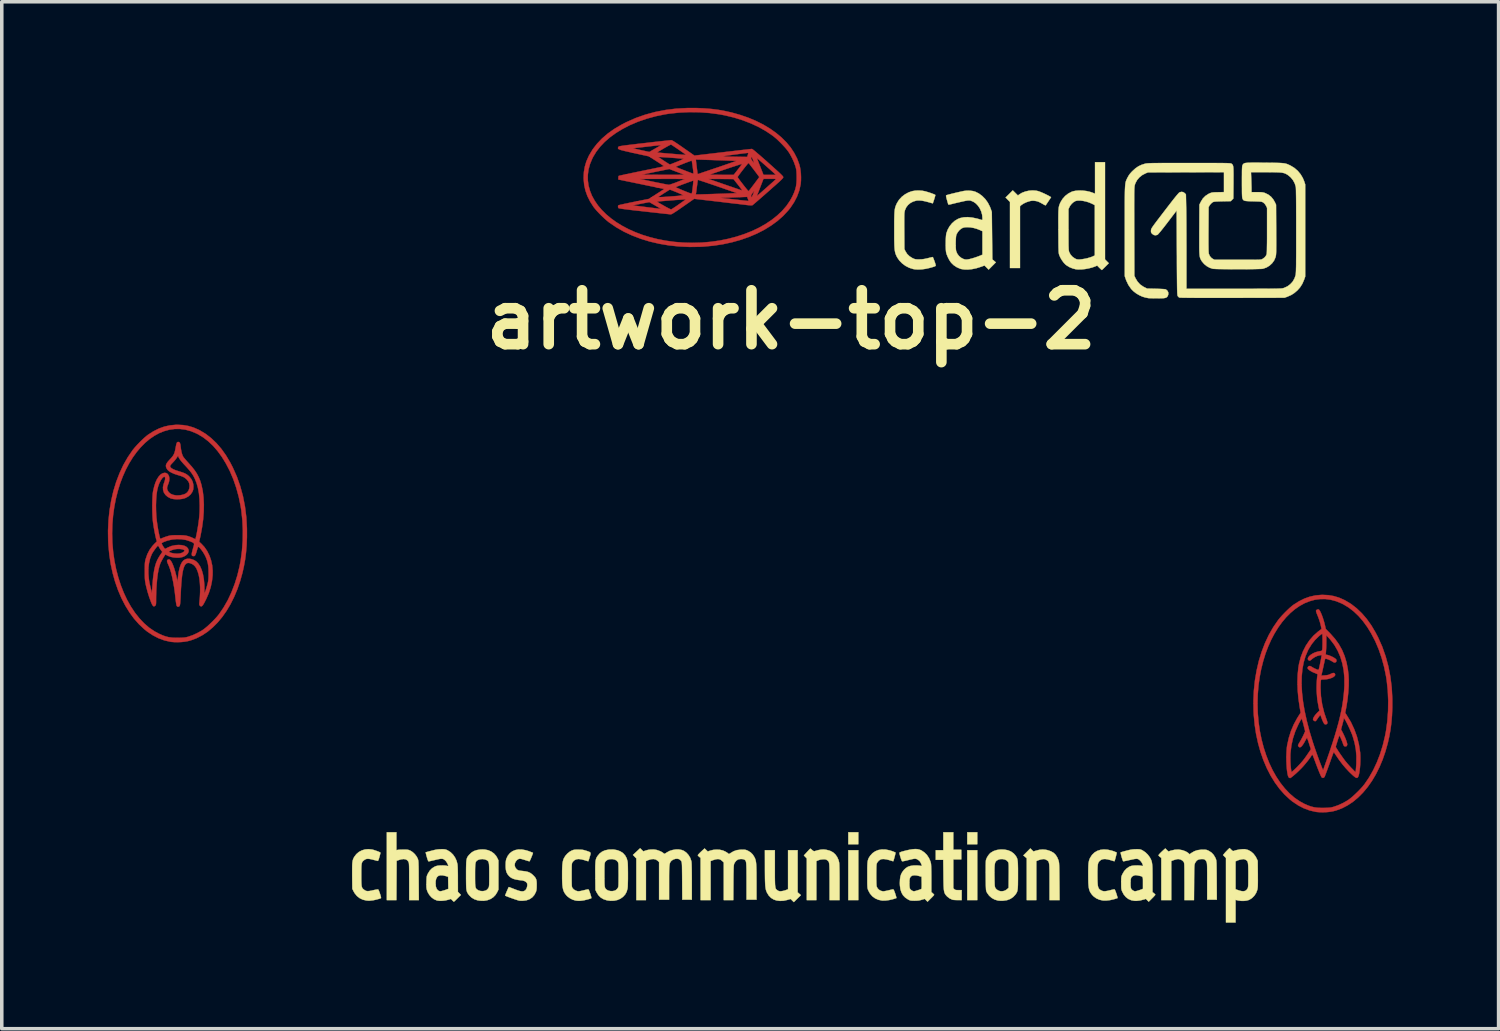
<source format=kicad_pcb>
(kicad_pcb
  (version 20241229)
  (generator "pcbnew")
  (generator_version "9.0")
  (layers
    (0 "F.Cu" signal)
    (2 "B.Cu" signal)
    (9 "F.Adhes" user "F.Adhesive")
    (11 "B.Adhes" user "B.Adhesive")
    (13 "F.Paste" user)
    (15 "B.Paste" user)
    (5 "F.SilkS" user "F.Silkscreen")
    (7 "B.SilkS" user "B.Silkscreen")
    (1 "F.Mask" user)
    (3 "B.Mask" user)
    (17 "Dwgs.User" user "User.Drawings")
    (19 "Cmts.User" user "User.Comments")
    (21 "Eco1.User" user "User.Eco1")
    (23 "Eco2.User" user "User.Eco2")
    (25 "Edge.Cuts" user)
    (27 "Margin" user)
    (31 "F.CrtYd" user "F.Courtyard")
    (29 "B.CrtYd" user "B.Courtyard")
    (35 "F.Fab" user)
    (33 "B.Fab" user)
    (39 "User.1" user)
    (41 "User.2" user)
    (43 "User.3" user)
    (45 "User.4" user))
  (footprint "artwork-top-2"
    (layer "F.Cu")
    (at 19.325 5.993)
    (property "Reference" "artwork-top-2" (at 0 0 0) (layer "F.SilkS") (effects (font (size 1.524 1.524) (thickness 0.3))))
    (attr through_hole)
    (fp_poly (pts (xy -17.199 2.977) (xy -17.049 3.003) (xy -16.903 3.046) (xy -16.757 3.11) (xy -16.724 3.127) (xy -16.559 3.226) (xy -16.403 3.347) (xy -16.255 3.488) (xy -16.116 3.649) (xy -15.986 3.831) (xy -15.866 4.034) (xy -15.794 4.172) (xy -15.677 4.435) (xy -15.581 4.708) (xy -15.504 4.991) (xy -15.447 5.284) (xy -15.409 5.588) (xy -15.392 5.902) (xy -15.392 6.158) (xy -15.401 6.378) (xy -15.418 6.583) (xy -15.443 6.779) (xy -15.478 6.973) (xy -15.518 7.152) (xy -15.586 7.394) (xy -15.665 7.624) (xy -15.756 7.841) (xy -15.858 8.045) (xy -15.97 8.233) (xy -16.092 8.406) (xy -16.222 8.562) (xy -16.361 8.701) (xy -16.506 8.822) (xy -16.659 8.923) (xy -16.817 9.005) (xy -16.981 9.066) (xy -17.07 9.089) (xy -17.151 9.103) (xy -17.245 9.113) (xy -17.344 9.117) (xy -17.441 9.116) (xy -17.527 9.109) (xy -17.556 9.105) (xy -17.728 9.066) (xy -17.895 9.004) (xy -18.057 8.92) (xy -18.214 8.815) (xy -18.29 8.754) (xy -18.441 8.613) (xy -18.583 8.453) (xy -18.713 8.275) (xy -18.833 8.081) (xy -18.941 7.871) (xy -19.036 7.648) (xy -19.119 7.412) (xy -19.188 7.165) (xy -19.244 6.908) (xy -19.284 6.643) (xy -19.31 6.37) (xy -19.316 6.262) (xy -19.319 6.047) (xy -19.204 6.047) (xy -19.197 6.307) (xy -19.175 6.562) (xy -19.14 6.812) (xy -19.091 7.054) (xy -19.03 7.287) (xy -18.957 7.511) (xy -18.873 7.724) (xy -18.778 7.925) (xy -18.672 8.113) (xy -18.557 8.286) (xy -18.432 8.443) (xy -18.299 8.584) (xy -18.158 8.706) (xy -18.009 8.808) (xy -17.889 8.873) (xy -17.788 8.919) (xy -17.697 8.952) (xy -17.608 8.975) (xy -17.514 8.988) (xy -17.411 8.993) (xy -17.324 8.993) (xy -17.251 8.991) (xy -17.194 8.988) (xy -17.149 8.984) (xy -17.109 8.977) (xy -17.068 8.967) (xy -17.042 8.959) (xy -16.93 8.92) (xy -16.812 8.867) (xy -16.697 8.805) (xy -16.63 8.763) (xy -16.576 8.722) (xy -16.512 8.669) (xy -16.443 8.605) (xy -16.371 8.536) (xy -16.302 8.465) (xy -16.24 8.397) (xy -16.189 8.335) (xy -16.179 8.322) (xy -16.051 8.134) (xy -15.934 7.929) (xy -15.83 7.707) (xy -15.739 7.472) (xy -15.662 7.226) (xy -15.6 6.969) (xy -15.57 6.813) (xy -15.533 6.536) (xy -15.512 6.249) (xy -15.508 5.96) (xy -15.521 5.672) (xy -15.551 5.391) (xy -15.569 5.275) (xy -15.623 5.011) (xy -15.693 4.755) (xy -15.777 4.51) (xy -15.876 4.277) (xy -15.989 4.06) (xy -16.098 3.882) (xy -16.221 3.713) (xy -16.349 3.565) (xy -16.484 3.437) (xy -16.625 3.328) (xy -16.775 3.237) (xy -16.828 3.211) (xy -16.981 3.148) (xy -17.134 3.107) (xy -17.286 3.087) (xy -17.437 3.088) (xy -17.585 3.108) (xy -17.73 3.148) (xy -17.873 3.205) (xy -18.011 3.281) (xy -18.145 3.373) (xy -18.273 3.481) (xy -18.396 3.605) (xy -18.512 3.743) (xy -18.622 3.896) (xy -18.724 4.062) (xy -18.818 4.24) (xy -18.903 4.431) (xy -18.979 4.632) (xy -19.044 4.844) (xy -19.1 5.066) (xy -19.144 5.297) (xy -19.177 5.536) (xy -19.197 5.782) (xy -19.204 6.036) (xy -19.204 6.047) (xy -19.319 6.047) (xy -19.32 5.965) (xy -19.307 5.672) (xy -19.277 5.387) (xy -19.23 5.109) (xy -19.168 4.841) (xy -19.089 4.583) (xy -18.995 4.338) (xy -18.887 4.106) (xy -18.763 3.889) (xy -18.626 3.689) (xy -18.613 3.672) (xy -18.563 3.611) (xy -18.502 3.543) (xy -18.434 3.472) (xy -18.364 3.403) (xy -18.296 3.339) (xy -18.234 3.286) (xy -18.188 3.25) (xy -18.034 3.152) (xy -17.88 3.075) (xy -17.725 3.02) (xy -17.567 2.985) (xy -17.404 2.97) (xy -17.361 2.969) (xy -17.199 2.977)) (stroke (width 0.01) (type solid)) (fill yes) (layer "F.Cu"))
    (fp_poly (pts (xy -5.863 -4.181) (xy -5.837 -4.331) (xy -5.794 -4.477) (xy -5.73 -4.623) (xy -5.713 -4.656) (xy -5.614 -4.821) (xy -5.493 -4.977) (xy -5.352 -5.125) (xy -5.191 -5.264) (xy -5.009 -5.394) (xy -4.806 -5.514) (xy -4.668 -5.586) (xy -4.405 -5.703) (xy -4.132 -5.799) (xy -3.849 -5.876) (xy -3.556 -5.933) (xy -3.252 -5.971) (xy -2.938 -5.988) (xy -2.682 -5.988) (xy -2.462 -5.979) (xy -2.257 -5.962) (xy -2.061 -5.937) (xy -1.867 -5.902) (xy -1.688 -5.862) (xy -1.446 -5.794) (xy -1.216 -5.715) (xy -0.999 -5.624) (xy -0.795 -5.522) (xy -0.607 -5.41) (xy -0.434 -5.288) (xy -0.278 -5.158) (xy -0.139 -5.019) (xy -0.018 -4.874) (xy 0.083 -4.721) (xy 0.165 -4.563) (xy 0.226 -4.399) (xy 0.249 -4.31) (xy 0.263 -4.229) (xy 0.273 -4.135) (xy 0.277 -4.036) (xy 0.276 -3.939) (xy 0.269 -3.853) (xy 0.265 -3.824) (xy 0.226 -3.652) (xy 0.164 -3.485) (xy 0.08 -3.323) (xy -0.025 -3.166) (xy -0.086 -3.09) (xy -0.227 -2.939) (xy -0.387 -2.797) (xy -0.565 -2.667) (xy -0.759 -2.547) (xy -0.969 -2.439) (xy -1.192 -2.344) (xy -1.428 -2.261) (xy -1.675 -2.192) (xy -1.932 -2.136) (xy -2.197 -2.096) (xy -2.47 -2.07) (xy -2.578 -2.064) (xy -2.793 -2.061) (xy -2.793 -2.176) (xy -2.533 -2.183) (xy -2.278 -2.205) (xy -2.028 -2.24) (xy -1.786 -2.289) (xy -1.553 -2.35) (xy -1.329 -2.423) (xy -1.116 -2.507) (xy -0.915 -2.602) (xy -0.727 -2.708) (xy -0.554 -2.823) (xy -0.397 -2.948) (xy -0.256 -3.081) (xy -0.134 -3.222) (xy -0.032 -3.371) (xy 0.034 -3.491) (xy 0.079 -3.592) (xy 0.112 -3.683) (xy 0.135 -3.772) (xy 0.148 -3.866) (xy 0.153 -3.969) (xy 0.153 -4.056) (xy 0.151 -4.129) (xy 0.148 -4.186) (xy 0.144 -4.231) (xy 0.137 -4.271) (xy 0.127 -4.312) (xy 0.119 -4.338) (xy 0.08 -4.45) (xy 0.027 -4.568) (xy -0.035 -4.683) (xy -0.077 -4.75) (xy -0.118 -4.804) (xy -0.171 -4.868) (xy -0.235 -4.937) (xy -0.304 -5.009) (xy -0.375 -5.078) (xy -0.443 -5.14) (xy -0.505 -5.191) (xy -0.518 -5.201) (xy -0.706 -5.329) (xy -0.911 -5.446) (xy -1.133 -5.55) (xy -1.368 -5.641) (xy -1.614 -5.718) (xy -1.871 -5.78) (xy -2.027 -5.81) (xy -2.304 -5.847) (xy -2.591 -5.868) (xy -2.88 -5.872) (xy -3.168 -5.859) (xy -3.449 -5.829) (xy -3.565 -5.811) (xy -3.829 -5.757) (xy -4.085 -5.687) (xy -4.33 -5.603) (xy -4.563 -5.504) (xy -4.78 -5.391) (xy -4.958 -5.282) (xy -5.127 -5.159) (xy -5.275 -5.031) (xy -5.403 -4.896) (xy -5.512 -4.755) (xy -5.603 -4.605) (xy -5.629 -4.552) (xy -5.692 -4.399) (xy -5.733 -4.246) (xy -5.753 -4.094) (xy -5.752 -3.943) (xy -5.732 -3.795) (xy -5.692 -3.65) (xy -5.635 -3.507) (xy -5.559 -3.369) (xy -5.467 -3.235) (xy -5.359 -3.107) (xy -5.235 -2.984) (xy -5.097 -2.868) (xy -4.944 -2.758) (xy -4.778 -2.656) (xy -4.6 -2.562) (xy -4.409 -2.477) (xy -4.208 -2.401) (xy -3.996 -2.336) (xy -3.774 -2.28) (xy -3.543 -2.236) (xy -3.304 -2.203) (xy -3.058 -2.183) (xy -2.804 -2.176) (xy -2.793 -2.176) (xy -2.793 -2.061) (xy -2.875 -2.06) (xy -3.168 -2.073) (xy -3.453 -2.103) (xy -3.731 -2.15) (xy -3.999 -2.212) (xy -4.257 -2.291) (xy -4.502 -2.385) (xy -4.734 -2.493) (xy -4.951 -2.617) (xy -5.151 -2.754) (xy -5.168 -2.767) (xy -5.229 -2.817) (xy -5.297 -2.878) (xy -5.368 -2.946) (xy -5.437 -3.016) (xy -5.501 -3.084) (xy -5.554 -3.146) (xy -5.59 -3.192) (xy -5.688 -3.346) (xy -5.765 -3.5) (xy -5.82 -3.655) (xy -5.855 -3.813) (xy -5.87 -3.976) (xy -5.871 -4.019) (xy -5.863 -4.181)) (stroke (width 0.01) (type solid)) (fill yes) (layer "F.Cu"))
    (fp_poly (pts (xy 15.191 7.787) (xy 15.341 7.813) (xy 15.487 7.856) (xy 15.633 7.92) (xy 15.666 7.937) (xy 15.831 8.036) (xy 15.987 8.157) (xy 16.135 8.298) (xy 16.274 8.459) (xy 16.404 8.641) (xy 16.524 8.844) (xy 16.596 8.982) (xy 16.713 9.245) (xy 16.809 9.518) (xy 16.886 9.801) (xy 16.943 10.094) (xy 16.981 10.398) (xy 16.998 10.712) (xy 16.998 10.968) (xy 16.989 11.188) (xy 16.972 11.393) (xy 16.947 11.589) (xy 16.912 11.783) (xy 16.872 11.962) (xy 16.804 12.204) (xy 16.725 12.434) (xy 16.634 12.651) (xy 16.532 12.855) (xy 16.42 13.043) (xy 16.298 13.216) (xy 16.168 13.372) (xy 16.029 13.511) (xy 15.884 13.632) (xy 15.731 13.733) (xy 15.573 13.815) (xy 15.409 13.876) (xy 15.32 13.899) (xy 15.239 13.913) (xy 15.145 13.923) (xy 15.046 13.927) (xy 14.949 13.926) (xy 14.863 13.919) (xy 14.834 13.915) (xy 14.662 13.876) (xy 14.495 13.814) (xy 14.333 13.73) (xy 14.176 13.625) (xy 14.1 13.564) (xy 13.949 13.423) (xy 13.807 13.263) (xy 13.677 13.085) (xy 13.557 12.891) (xy 13.449 12.681) (xy 13.354 12.458) (xy 13.271 12.222) (xy 13.202 11.975) (xy 13.146 11.718) (xy 13.106 11.453) (xy 13.08 11.18) (xy 13.074 11.072) (xy 13.071 10.857) (xy 13.186 10.857) (xy 13.193 11.117) (xy 13.215 11.372) (xy 13.25 11.622) (xy 13.299 11.864) (xy 13.36 12.097) (xy 13.433 12.321) (xy 13.517 12.534) (xy 13.612 12.735) (xy 13.718 12.923) (xy 13.833 13.096) (xy 13.958 13.253) (xy 14.091 13.394) (xy 14.232 13.516) (xy 14.381 13.618) (xy 14.501 13.684) (xy 14.602 13.729) (xy 14.693 13.762) (xy 14.782 13.785) (xy 14.876 13.798) (xy 14.979 13.803) (xy 15.066 13.803) (xy 15.139 13.801) (xy 15.196 13.798) (xy 15.241 13.794) (xy 15.281 13.787) (xy 15.322 13.777) (xy 15.348 13.769) (xy 15.46 13.73) (xy 15.578 13.677) (xy 15.693 13.615) (xy 15.76 13.573) (xy 15.814 13.532) (xy 15.878 13.479) (xy 15.947 13.415) (xy 16.019 13.346) (xy 16.088 13.275) (xy 16.15 13.207) (xy 16.201 13.145) (xy 16.211 13.132) (xy 16.339 12.944) (xy 16.456 12.739) (xy 16.56 12.517) (xy 16.651 12.282) (xy 16.728 12.036) (xy 16.79 11.779) (xy 16.82 11.623) (xy 16.857 11.346) (xy 16.878 11.059) (xy 16.882 10.77) (xy 16.869 10.482) (xy 16.839 10.201) (xy 16.821 10.085) (xy 16.767 9.821) (xy 16.697 9.565) (xy 16.613 9.32) (xy 16.514 9.087) (xy 16.401 8.87) (xy 16.292 8.692) (xy 16.169 8.523) (xy 16.041 8.375) (xy 15.906 8.247) (xy 15.765 8.138) (xy 15.615 8.047) (xy 15.562 8.021) (xy 15.409 7.958) (xy 15.256 7.917) (xy 15.104 7.897) (xy 14.953 7.898) (xy 14.805 7.918) (xy 14.66 7.958) (xy 14.517 8.015) (xy 14.379 8.091) (xy 14.245 8.183) (xy 14.117 8.291) (xy 13.994 8.415) (xy 13.878 8.553) (xy 13.768 8.706) (xy 13.666 8.872) (xy 13.572 9.05) (xy 13.487 9.241) (xy 13.411 9.442) (xy 13.346 9.654) (xy 13.29 9.876) (xy 13.246 10.107) (xy 13.213 10.346) (xy 13.193 10.592) (xy 13.186 10.846) (xy 13.186 10.857) (xy 13.071 10.857) (xy 13.07 10.775) (xy 13.083 10.482) (xy 13.113 10.197) (xy 13.16 9.919) (xy 13.222 9.651) (xy 13.301 9.393) (xy 13.395 9.148) (xy 13.503 8.916) (xy 13.627 8.699) (xy 13.764 8.499) (xy 13.777 8.482) (xy 13.827 8.421) (xy 13.888 8.353) (xy 13.956 8.282) (xy 14.026 8.213) (xy 14.094 8.149) (xy 14.156 8.096) (xy 14.202 8.06) (xy 14.356 7.962) (xy 14.51 7.885) (xy 14.665 7.83) (xy 14.823 7.795) (xy 14.986 7.78) (xy 15.029 7.779) (xy 15.191 7.787)) (stroke (width 0.01) (type solid)) (fill yes) (layer "F.Cu"))
    (fp_poly (pts (xy 14.914 8.191) (xy 14.932 8.206) (xy 14.954 8.24) (xy 14.979 8.29) (xy 15.005 8.352) (xy 15.031 8.423) (xy 15.056 8.501) (xy 15.079 8.581) (xy 15.098 8.659) (xy 15.117 8.744) (xy 15.25 8.879) (xy 15.377 9.023) (xy 15.486 9.174) (xy 15.576 9.334) (xy 15.648 9.506) (xy 15.703 9.689) (xy 15.741 9.887) (xy 15.76 10.047) (xy 15.767 10.193) (xy 15.765 10.354) (xy 15.754 10.527) (xy 15.735 10.707) (xy 15.708 10.89) (xy 15.691 10.985) (xy 15.666 11.116) (xy 15.71 11.183) (xy 15.825 11.373) (xy 15.92 11.575) (xy 15.997 11.786) (xy 16.052 12.002) (xy 16.086 12.221) (xy 16.088 12.232) (xy 16.093 12.311) (xy 16.095 12.397) (xy 16.094 12.487) (xy 16.09 12.578) (xy 16.083 12.666) (xy 16.073 12.747) (xy 16.062 12.819) (xy 16.049 12.877) (xy 16.034 12.919) (xy 16.022 12.939) (xy 16.006 12.952) (xy 15.989 12.955) (xy 15.968 12.949) (xy 15.94 12.931) (xy 15.9 12.899) (xy 15.869 12.872) (xy 15.778 12.785) (xy 15.682 12.682) (xy 15.585 12.567) (xy 15.492 12.444) (xy 15.406 12.318) (xy 15.401 12.31) (xy 15.376 12.273) (xy 15.356 12.244) (xy 15.344 12.228) (xy 15.342 12.226) (xy 15.336 12.236) (xy 15.325 12.263) (xy 15.31 12.302) (xy 15.298 12.336) (xy 15.272 12.408) (xy 15.245 12.485) (xy 15.217 12.565) (xy 15.188 12.643) (xy 15.161 12.718) (xy 15.136 12.786) (xy 15.114 12.844) (xy 15.097 12.888) (xy 15.086 12.917) (xy 15.083 12.924) (xy 15.06 12.949) (xy 15.031 12.955) (xy 15.004 12.943) (xy 15.002 12.941) (xy 14.989 12.921) (xy 14.97 12.881) (xy 14.944 12.822) (xy 14.913 12.746) (xy 14.877 12.655) (xy 14.837 12.55) (xy 14.809 12.474) (xy 14.784 12.406) (xy 14.765 12.358) (xy 14.752 12.325) (xy 14.742 12.307) (xy 14.734 12.301) (xy 14.727 12.304) (xy 14.719 12.314) (xy 14.714 12.323) (xy 14.667 12.393) (xy 14.608 12.472) (xy 14.542 12.553) (xy 14.475 12.631) (xy 14.431 12.678) (xy 14.382 12.727) (xy 14.33 12.778) (xy 14.277 12.827) (xy 14.226 12.871) (xy 14.181 12.909) (xy 14.144 12.938) (xy 14.118 12.956) (xy 14.107 12.96) (xy 14.087 12.953) (xy 14.072 12.945) (xy 14.057 12.922) (xy 14.043 12.88) (xy 14.031 12.821) (xy 14.02 12.748) (xy 14.012 12.665) (xy 14.006 12.574) (xy 14.002 12.479) (xy 14.001 12.381) (xy 14.001 12.364) (xy 14.114 12.364) (xy 14.115 12.443) (xy 14.118 12.526) (xy 14.123 12.608) (xy 14.13 12.681) (xy 14.138 12.74) (xy 14.14 12.754) (xy 14.148 12.79) (xy 14.2 12.746) (xy 14.232 12.718) (xy 14.272 12.679) (xy 14.314 12.638) (xy 14.332 12.619) (xy 14.401 12.546) (xy 14.46 12.478) (xy 14.514 12.409) (xy 14.57 12.33) (xy 14.608 12.275) (xy 14.695 12.145) (xy 14.643 11.982) (xy 14.625 11.926) (xy 14.608 11.878) (xy 14.595 11.842) (xy 14.587 11.823) (xy 14.585 11.82) (xy 14.578 11.829) (xy 14.563 11.854) (xy 14.543 11.889) (xy 14.537 11.901) (xy 14.493 11.98) (xy 14.454 12.037) (xy 14.421 12.073) (xy 14.391 12.09) (xy 14.366 12.086) (xy 14.343 12.064) (xy 14.342 12.062) (xy 14.334 12.049) (xy 14.332 12.037) (xy 14.336 12.02) (xy 14.348 11.995) (xy 14.369 11.958) (xy 14.39 11.924) (xy 14.422 11.868) (xy 14.454 11.807) (xy 14.482 11.752) (xy 14.494 11.725) (xy 14.533 11.637) (xy 14.488 11.457) (xy 14.473 11.398) (xy 14.458 11.347) (xy 14.446 11.308) (xy 14.437 11.286) (xy 14.433 11.281) (xy 14.424 11.292) (xy 14.407 11.319) (xy 14.385 11.36) (xy 14.358 11.41) (xy 14.342 11.442) (xy 14.254 11.637) (xy 14.188 11.837) (xy 14.143 12.042) (xy 14.118 12.256) (xy 14.116 12.297) (xy 14.114 12.364) (xy 14.001 12.364) (xy 14.003 12.285) (xy 14.007 12.193) (xy 14.014 12.107) (xy 14.024 12.032) (xy 14.026 12.023) (xy 14.072 11.818) (xy 14.133 11.626) (xy 14.211 11.443) (xy 14.309 11.263) (xy 14.35 11.198) (xy 14.405 11.112) (xy 14.377 10.947) (xy 14.342 10.705) (xy 14.321 10.471) (xy 14.316 10.307) (xy 14.432 10.307) (xy 14.444 10.543) (xy 14.473 10.794) (xy 14.517 11.058) (xy 14.578 11.337) (xy 14.654 11.629) (xy 14.747 11.936) (xy 14.798 12.09) (xy 14.827 12.173) (xy 14.857 12.259) (xy 14.887 12.344) (xy 14.918 12.427) (xy 14.947 12.505) (xy 14.974 12.576) (xy 14.998 12.637) (xy 15.017 12.684) (xy 15.032 12.717) (xy 15.04 12.732) (xy 15.041 12.732) (xy 15.046 12.721) (xy 15.057 12.691) (xy 15.073 12.646) (xy 15.094 12.587) (xy 15.118 12.519) (xy 15.144 12.446) (xy 15.229 12.2) (xy 15.27 12.076) (xy 15.398 12.076) (xy 15.404 12.091) (xy 15.422 12.121) (xy 15.448 12.162) (xy 15.48 12.212) (xy 15.517 12.267) (xy 15.557 12.324) (xy 15.596 12.38) (xy 15.633 12.431) (xy 15.666 12.475) (xy 15.679 12.491) (xy 15.722 12.543) (xy 15.775 12.603) (xy 15.827 12.66) (xy 15.859 12.693) (xy 15.957 12.792) (xy 15.965 12.743) (xy 15.968 12.714) (xy 15.972 12.668) (xy 15.976 12.611) (xy 15.98 12.549) (xy 15.98 12.536) (xy 15.982 12.338) (xy 15.966 12.149) (xy 15.931 11.964) (xy 15.88 11.786) (xy 15.861 11.73) (xy 15.834 11.665) (xy 15.803 11.594) (xy 15.77 11.521) (xy 15.736 11.45) (xy 15.704 11.387) (xy 15.676 11.334) (xy 15.653 11.297) (xy 15.647 11.289) (xy 15.631 11.271) (xy 15.625 11.27) (xy 15.624 11.283) (xy 15.621 11.302) (xy 15.613 11.338) (xy 15.601 11.386) (xy 15.586 11.44) (xy 15.585 11.445) (xy 15.547 11.583) (xy 15.596 11.676) (xy 15.628 11.741) (xy 15.658 11.807) (xy 15.685 11.872) (xy 15.705 11.93) (xy 15.719 11.978) (xy 15.723 12.01) (xy 15.723 12.014) (xy 15.712 12.049) (xy 15.687 12.065) (xy 15.655 12.064) (xy 15.635 12.054) (xy 15.62 12.033) (xy 15.606 11.997) (xy 15.59 11.949) (xy 15.57 11.899) (xy 15.55 11.851) (xy 15.531 11.809) (xy 15.515 11.778) (xy 15.503 11.761) (xy 15.5 11.76) (xy 15.494 11.773) (xy 15.483 11.803) (xy 15.468 11.845) (xy 15.452 11.894) (xy 15.436 11.946) (xy 15.421 11.994) (xy 15.408 12.036) (xy 15.4 12.065) (xy 15.398 12.076) (xy 15.27 12.076) (xy 15.305 11.972) (xy 15.371 11.761) (xy 15.429 11.564) (xy 15.48 11.38) (xy 15.522 11.207) (xy 15.558 11.043) (xy 15.587 10.886) (xy 15.609 10.734) (xy 15.626 10.585) (xy 15.638 10.437) (xy 15.643 10.341) (xy 15.642 10.122) (xy 15.623 9.914) (xy 15.584 9.717) (xy 15.528 9.531) (xy 15.453 9.358) (xy 15.36 9.197) (xy 15.249 9.05) (xy 15.199 8.994) (xy 15.131 8.921) (xy 15.132 9.075) (xy 15.131 9.146) (xy 15.13 9.223) (xy 15.127 9.295) (xy 15.124 9.349) (xy 15.115 9.469) (xy 15.159 9.477) (xy 15.202 9.488) (xy 15.254 9.509) (xy 15.31 9.535) (xy 15.359 9.563) (xy 15.385 9.581) (xy 15.409 9.603) (xy 15.419 9.625) (xy 15.418 9.644) (xy 15.41 9.674) (xy 15.387 9.689) (xy 15.386 9.69) (xy 15.365 9.694) (xy 15.343 9.688) (xy 15.312 9.67) (xy 15.303 9.664) (xy 15.264 9.641) (xy 15.218 9.618) (xy 15.171 9.599) (xy 15.132 9.587) (xy 15.111 9.584) (xy 15.097 9.595) (xy 15.087 9.624) (xy 15.087 9.627) (xy 15.082 9.65) (xy 15.074 9.69) (xy 15.062 9.743) (xy 15.049 9.804) (xy 15.035 9.867) (xy 15.021 9.929) (xy 15.009 9.983) (xy 14.999 10.027) (xy 14.997 10.035) (xy 14.99 10.062) (xy 15.088 10.056) (xy 15.144 10.05) (xy 15.188 10.042) (xy 15.228 10.027) (xy 15.257 10.013) (xy 15.306 9.992) (xy 15.342 9.987) (xy 15.366 9.997) (xy 15.381 10.024) (xy 15.381 10.025) (xy 15.38 10.054) (xy 15.358 10.082) (xy 15.321 10.109) (xy 15.27 10.132) (xy 15.21 10.151) (xy 15.143 10.165) (xy 15.072 10.171) (xy 15.055 10.171) (xy 15.016 10.172) (xy 14.994 10.175) (xy 14.983 10.183) (xy 14.978 10.199) (xy 14.976 10.207) (xy 14.974 10.23) (xy 14.972 10.271) (xy 14.97 10.325) (xy 14.969 10.387) (xy 14.969 10.418) (xy 14.98 10.648) (xy 15.014 10.877) (xy 15.069 11.102) (xy 15.126 11.272) (xy 15.147 11.33) (xy 15.159 11.371) (xy 15.164 11.397) (xy 15.161 11.413) (xy 15.161 11.414) (xy 15.137 11.437) (xy 15.105 11.443) (xy 15.084 11.436) (xy 15.069 11.42) (xy 15.049 11.387) (xy 15.027 11.34) (xy 15.005 11.286) (xy 14.984 11.227) (xy 14.98 11.216) (xy 14.966 11.172) (xy 14.933 11.211) (xy 14.906 11.246) (xy 14.879 11.286) (xy 14.872 11.296) (xy 14.852 11.326) (xy 14.833 11.346) (xy 14.826 11.35) (xy 14.801 11.349) (xy 14.775 11.334) (xy 14.758 11.311) (xy 14.755 11.296) (xy 14.763 11.266) (xy 14.784 11.225) (xy 14.816 11.179) (xy 14.856 11.133) (xy 14.879 11.109) (xy 14.936 11.055) (xy 14.914 10.954) (xy 14.875 10.733) (xy 14.858 10.508) (xy 14.856 10.422) (xy 14.857 10.34) (xy 14.86 10.259) (xy 14.865 10.183) (xy 14.871 10.117) (xy 14.878 10.065) (xy 14.885 10.036) (xy 14.881 10.024) (xy 14.86 10.011) (xy 14.821 9.995) (xy 14.815 9.992) (xy 14.759 9.97) (xy 14.705 9.942) (xy 14.658 9.913) (xy 14.623 9.885) (xy 14.608 9.866) (xy 14.601 9.843) (xy 14.611 9.819) (xy 14.613 9.815) (xy 14.639 9.792) (xy 14.672 9.79) (xy 14.709 9.808) (xy 14.712 9.81) (xy 14.737 9.826) (xy 14.772 9.846) (xy 14.813 9.866) (xy 14.851 9.884) (xy 14.882 9.896) (xy 14.898 9.9) (xy 14.915 9.894) (xy 14.917 9.892) (xy 14.921 9.877) (xy 14.929 9.845) (xy 14.939 9.8) (xy 14.951 9.747) (xy 14.962 9.691) (xy 14.973 9.636) (xy 14.983 9.586) (xy 14.989 9.547) (xy 14.99 9.546) (xy 15 9.48) (xy 14.949 9.487) (xy 14.88 9.505) (xy 14.809 9.537) (xy 14.745 9.579) (xy 14.725 9.596) (xy 14.697 9.62) (xy 14.674 9.636) (xy 14.664 9.641) (xy 14.634 9.632) (xy 14.613 9.609) (xy 14.608 9.589) (xy 14.618 9.55) (xy 14.648 9.51) (xy 14.693 9.471) (xy 14.751 9.435) (xy 14.817 9.405) (xy 14.889 9.383) (xy 14.95 9.371) (xy 14.986 9.365) (xy 15.005 9.356) (xy 15.014 9.34) (xy 15.015 9.336) (xy 15.018 9.315) (xy 15.021 9.277) (xy 15.022 9.227) (xy 15.024 9.169) (xy 15.024 9.106) (xy 15.024 9.044) (xy 15.023 8.987) (xy 15.022 8.938) (xy 15.02 8.901) (xy 15.018 8.882) (xy 15.017 8.88) (xy 15.005 8.885) (xy 14.98 8.901) (xy 14.947 8.927) (xy 14.926 8.944) (xy 14.813 9.054) (xy 14.717 9.174) (xy 14.633 9.31) (xy 14.611 9.353) (xy 14.543 9.513) (xy 14.491 9.689) (xy 14.455 9.88) (xy 14.436 10.086) (xy 14.432 10.307) (xy 14.316 10.307) (xy 14.314 10.247) (xy 14.321 10.036) (xy 14.341 9.839) (xy 14.36 9.728) (xy 14.407 9.545) (xy 14.473 9.372) (xy 14.555 9.212) (xy 14.653 9.066) (xy 14.767 8.934) (xy 14.896 8.819) (xy 14.908 8.81) (xy 14.994 8.744) (xy 14.986 8.693) (xy 14.972 8.628) (xy 14.951 8.549) (xy 14.923 8.464) (xy 14.891 8.379) (xy 14.879 8.351) (xy 14.859 8.301) (xy 14.845 8.26) (xy 14.84 8.233) (xy 14.84 8.225) (xy 14.86 8.201) (xy 14.891 8.189) (xy 14.914 8.191)) (stroke (width 0.01) (type solid)) (fill yes) (layer "F.Cu"))
    (fp_poly (pts (xy -17.307 3.461) (xy -17.288 3.483) (xy -17.275 3.523) (xy -17.268 3.577) (xy -17.257 3.662) (xy -17.242 3.741) (xy -17.223 3.809) (xy -17.202 3.86) (xy -17.198 3.866) (xy -17.182 3.89) (xy -17.153 3.926) (xy -17.115 3.971) (xy -17.071 4.02) (xy -17.041 4.053) (xy -16.947 4.159) (xy -16.87 4.257) (xy -16.807 4.352) (xy -16.757 4.448) (xy -16.715 4.549) (xy -16.681 4.659) (xy -16.679 4.668) (xy -16.642 4.837) (xy -16.62 5.022) (xy -16.61 5.221) (xy -16.614 5.431) (xy -16.631 5.651) (xy -16.662 5.877) (xy -16.705 6.109) (xy -16.721 6.178) (xy -16.743 6.277) (xy -16.686 6.328) (xy -16.596 6.424) (xy -16.518 6.537) (xy -16.455 6.663) (xy -16.407 6.8) (xy -16.375 6.944) (xy -16.361 7.095) (xy -16.362 7.217) (xy -16.381 7.392) (xy -16.416 7.559) (xy -16.469 7.724) (xy -16.542 7.893) (xy -16.55 7.909) (xy -16.588 7.984) (xy -16.619 8.04) (xy -16.645 8.078) (xy -16.667 8.099) (xy -16.686 8.106) (xy -16.705 8.1) (xy -16.724 8.083) (xy -16.736 8.066) (xy -16.74 8.043) (xy -16.738 8.008) (xy -16.737 7.996) (xy -16.723 7.848) (xy -16.716 7.701) (xy -16.716 7.559) (xy -16.724 7.426) (xy -16.738 7.306) (xy -16.757 7.212) (xy -16.786 7.115) (xy -16.818 7.038) (xy -16.855 6.979) (xy -16.9 6.934) (xy -16.948 6.904) (xy -16.996 6.884) (xy -17.039 6.875) (xy -17.077 6.879) (xy -17.11 6.896) (xy -17.139 6.927) (xy -17.165 6.973) (xy -17.187 7.035) (xy -17.206 7.114) (xy -17.223 7.212) (xy -17.236 7.327) (xy -17.248 7.463) (xy -17.258 7.619) (xy -17.266 7.789) (xy -17.27 7.882) (xy -17.275 7.955) (xy -17.279 8.01) (xy -17.284 8.05) (xy -17.29 8.077) (xy -17.297 8.094) (xy -17.302 8.1) (xy -17.33 8.115) (xy -17.359 8.11) (xy -17.378 8.091) (xy -17.384 8.071) (xy -17.392 8.031) (xy -17.4 7.977) (xy -17.409 7.911) (xy -17.413 7.874) (xy -17.431 7.711) (xy -17.453 7.555) (xy -17.479 7.408) (xy -17.507 7.272) (xy -17.536 7.151) (xy -17.568 7.046) (xy -17.6 6.96) (xy -17.612 6.933) (xy -17.637 6.877) (xy -17.65 6.836) (xy -17.651 6.808) (xy -17.639 6.79) (xy -17.619 6.78) (xy -17.592 6.775) (xy -17.568 6.788) (xy -17.565 6.791) (xy -17.537 6.825) (xy -17.508 6.878) (xy -17.478 6.948) (xy -17.448 7.031) (xy -17.42 7.125) (xy -17.394 7.225) (xy -17.381 7.285) (xy -17.356 7.406) (xy -17.342 7.279) (xy -17.324 7.144) (xy -17.3 7.03) (xy -17.27 6.937) (xy -17.234 6.864) (xy -17.191 6.81) (xy -17.14 6.775) (xy -17.082 6.758) (xy -17.015 6.758) (xy -16.965 6.767) (xy -16.889 6.794) (xy -16.826 6.833) (xy -16.771 6.889) (xy -16.716 6.972) (xy -16.671 7.074) (xy -16.636 7.195) (xy -16.611 7.332) (xy -16.597 7.484) (xy -16.594 7.597) (xy -16.593 7.739) (xy -16.565 7.665) (xy -16.55 7.622) (xy -16.532 7.565) (xy -16.515 7.504) (xy -16.507 7.473) (xy -16.495 7.425) (xy -16.487 7.383) (xy -16.482 7.34) (xy -16.479 7.292) (xy -16.477 7.233) (xy -16.477 7.163) (xy -16.479 7.055) (xy -16.486 6.963) (xy -16.499 6.882) (xy -16.52 6.806) (xy -16.549 6.728) (xy -16.573 6.675) (xy -16.602 6.622) (xy -16.637 6.565) (xy -16.675 6.512) (xy -16.712 6.466) (xy -16.743 6.434) (xy -16.752 6.427) (xy -16.763 6.421) (xy -16.771 6.423) (xy -16.78 6.436) (xy -16.79 6.464) (xy -16.804 6.511) (xy -16.823 6.576) (xy -16.839 6.623) (xy -16.853 6.654) (xy -16.866 6.672) (xy -16.881 6.681) (xy -16.897 6.683) (xy -16.924 6.681) (xy -16.943 6.671) (xy -16.952 6.653) (xy -16.953 6.622) (xy -16.946 6.577) (xy -16.93 6.516) (xy -16.917 6.466) (xy -16.9 6.407) (xy -16.889 6.365) (xy -16.888 6.337) (xy -16.897 6.317) (xy -16.919 6.3) (xy -16.954 6.284) (xy -16.997 6.266) (xy -17.115 6.227) (xy -17.243 6.206) (xy -17.376 6.202) (xy -17.509 6.214) (xy -17.638 6.244) (xy -17.738 6.28) (xy -17.771 6.297) (xy -17.795 6.312) (xy -17.803 6.322) (xy -17.797 6.342) (xy -17.781 6.374) (xy -17.76 6.41) (xy -17.738 6.442) (xy -17.733 6.449) (xy -17.707 6.48) (xy -17.633 6.441) (xy -17.528 6.397) (xy -17.415 6.373) (xy -17.322 6.367) (xy -17.231 6.373) (xy -17.157 6.392) (xy -17.099 6.423) (xy -17.06 6.465) (xy -17.041 6.512) (xy -17.042 6.558) (xy -17.062 6.604) (xy -17.1 6.647) (xy -17.152 6.683) (xy -17.216 6.71) (xy -17.219 6.711) (xy -17.296 6.726) (xy -17.382 6.728) (xy -17.47 6.72) (xy -17.555 6.702) (xy -17.628 6.674) (xy -17.653 6.661) (xy -17.678 6.646) (xy -17.693 6.638) (xy -17.695 6.638) (xy -17.704 6.647) (xy -17.722 6.672) (xy -17.744 6.708) (xy -17.77 6.752) (xy -17.795 6.797) (xy -17.818 6.841) (xy -17.836 6.878) (xy -17.842 6.892) (xy -17.869 6.975) (xy -17.894 7.078) (xy -17.915 7.199) (xy -17.932 7.336) (xy -17.945 7.485) (xy -17.955 7.645) (xy -17.96 7.813) (xy -17.961 7.905) (xy -17.961 7.968) (xy -17.962 8.012) (xy -17.965 8.042) (xy -17.969 8.062) (xy -17.976 8.075) (xy -17.983 8.083) (xy -18.007 8.101) (xy -18.029 8.104) (xy -18.05 8.088) (xy -18.073 8.054) (xy -18.098 8) (xy -18.105 7.981) (xy -18.156 7.842) (xy -18.202 7.693) (xy -18.24 7.547) (xy -18.251 7.5) (xy -18.261 7.449) (xy -18.269 7.406) (xy -18.274 7.365) (xy -18.278 7.321) (xy -18.28 7.269) (xy -18.281 7.206) (xy -18.281 7.175) (xy -18.178 7.175) (xy -18.175 7.222) (xy -18.17 7.284) (xy -18.165 7.334) (xy -18.159 7.377) (xy -18.152 7.421) (xy -18.141 7.471) (xy -18.127 7.532) (xy -18.115 7.58) (xy -18.08 7.727) (xy -18.066 7.53) (xy -18.06 7.452) (xy -18.053 7.37) (xy -18.045 7.291) (xy -18.037 7.223) (xy -18.033 7.197) (xy -18.014 7.074) (xy -17.99 6.969) (xy -17.962 6.877) (xy -17.927 6.793) (xy -17.883 6.713) (xy -17.85 6.66) (xy -17.784 6.563) (xy -17.786 6.561) (xy -17.599 6.561) (xy -17.589 6.568) (xy -17.564 6.58) (xy -17.529 6.592) (xy -17.452 6.608) (xy -17.371 6.614) (xy -17.294 6.608) (xy -17.256 6.599) (xy -17.208 6.58) (xy -17.175 6.557) (xy -17.16 6.533) (xy -17.159 6.528) (xy -17.17 6.511) (xy -17.198 6.497) (xy -17.24 6.487) (xy -17.292 6.481) (xy -17.348 6.48) (xy -17.405 6.485) (xy -17.458 6.495) (xy -17.458 6.495) (xy -17.502 6.509) (xy -17.543 6.525) (xy -17.576 6.541) (xy -17.596 6.555) (xy -17.599 6.561) (xy -17.786 6.561) (xy -17.815 6.526) (xy -17.84 6.491) (xy -17.866 6.451) (xy -17.872 6.439) (xy -17.889 6.41) (xy -17.902 6.393) (xy -17.907 6.39) (xy -17.919 6.398) (xy -17.941 6.422) (xy -17.969 6.457) (xy -17.999 6.498) (xy -18.03 6.541) (xy -18.057 6.583) (xy -18.078 6.619) (xy -18.084 6.63) (xy -18.13 6.749) (xy -18.161 6.882) (xy -18.178 7.026) (xy -18.178 7.175) (xy -18.281 7.175) (xy -18.281 7.125) (xy -18.281 7.106) (xy -18.281 7.022) (xy -18.28 6.957) (xy -18.279 6.906) (xy -18.276 6.866) (xy -18.271 6.832) (xy -18.265 6.801) (xy -18.257 6.769) (xy -18.256 6.768) (xy -18.209 6.63) (xy -18.146 6.508) (xy -18.066 6.398) (xy -18.01 6.337) (xy -17.939 6.268) (xy -17.955 6.215) (xy -17.967 6.17) (xy -17.981 6.108) (xy -17.996 6.034) (xy -18.012 5.951) (xy -18.027 5.866) (xy -18.04 5.782) (xy -18.047 5.735) (xy -18.055 5.664) (xy -18.061 5.579) (xy -18.065 5.482) (xy -18.068 5.379) (xy -18.069 5.273) (xy -18.068 5.261) (xy -17.964 5.261) (xy -17.962 5.384) (xy -17.958 5.493) (xy -17.951 5.596) (xy -17.939 5.701) (xy -17.923 5.817) (xy -17.914 5.87) (xy -17.904 5.931) (xy -17.892 5.995) (xy -17.879 6.056) (xy -17.867 6.111) (xy -17.856 6.155) (xy -17.848 6.184) (xy -17.843 6.195) (xy -17.831 6.193) (xy -17.807 6.183) (xy -17.793 6.176) (xy -17.761 6.162) (xy -17.716 6.145) (xy -17.665 6.128) (xy -17.648 6.123) (xy -17.609 6.111) (xy -17.574 6.103) (xy -17.539 6.098) (xy -17.498 6.094) (xy -17.446 6.092) (xy -17.378 6.091) (xy -17.357 6.091) (xy -17.261 6.092) (xy -17.183 6.096) (xy -17.117 6.104) (xy -17.057 6.118) (xy -16.999 6.138) (xy -16.936 6.164) (xy -16.928 6.168) (xy -16.849 6.205) (xy -16.829 6.126) (xy -16.82 6.085) (xy -16.809 6.029) (xy -16.797 5.964) (xy -16.785 5.896) (xy -16.782 5.877) (xy -16.763 5.756) (xy -16.749 5.65) (xy -16.739 5.553) (xy -16.732 5.458) (xy -16.729 5.357) (xy -16.728 5.255) (xy -16.734 5.07) (xy -16.75 4.904) (xy -16.778 4.753) (xy -16.817 4.616) (xy -16.864 4.498) (xy -16.896 4.434) (xy -16.93 4.376) (xy -16.969 4.319) (xy -17.017 4.259) (xy -17.076 4.191) (xy -17.125 4.137) (xy -17.191 4.066) (xy -17.242 4.007) (xy -17.28 3.959) (xy -17.307 3.919) (xy -17.325 3.886) (xy -17.329 3.878) (xy -17.34 3.847) (xy -17.384 3.913) (xy -17.415 3.955) (xy -17.455 4.002) (xy -17.494 4.044) (xy -17.497 4.047) (xy -17.532 4.084) (xy -17.556 4.115) (xy -17.565 4.137) (xy -17.566 4.138) (xy -17.556 4.167) (xy -17.527 4.197) (xy -17.478 4.226) (xy -17.408 4.255) (xy -17.316 4.285) (xy -17.3 4.29) (xy -17.216 4.316) (xy -17.15 4.342) (xy -17.097 4.371) (xy -17.052 4.405) (xy -17.017 4.439) (xy -16.961 4.51) (xy -16.925 4.585) (xy -16.907 4.666) (xy -16.905 4.713) (xy -16.907 4.765) (xy -16.912 4.803) (xy -16.924 4.839) (xy -16.937 4.869) (xy -16.984 4.938) (xy -17.049 4.995) (xy -17.131 5.039) (xy -17.156 5.048) (xy -17.223 5.065) (xy -17.301 5.074) (xy -17.384 5.076) (xy -17.462 5.07) (xy -17.53 5.057) (xy -17.555 5.048) (xy -17.634 5.006) (xy -17.696 4.952) (xy -17.74 4.887) (xy -17.763 4.813) (xy -17.767 4.733) (xy -17.749 4.649) (xy -17.74 4.625) (xy -17.717 4.558) (xy -17.705 4.505) (xy -17.705 4.466) (xy -17.715 4.444) (xy -17.734 4.439) (xy -17.76 4.453) (xy -17.792 4.486) (xy -17.827 4.538) (xy -17.87 4.621) (xy -17.904 4.715) (xy -17.93 4.821) (xy -17.948 4.943) (xy -17.959 5.082) (xy -17.964 5.24) (xy -17.964 5.261) (xy -18.068 5.261) (xy -18.068 5.169) (xy -18.065 5.071) (xy -18.061 4.982) (xy -18.055 4.908) (xy -18.047 4.854) (xy -18.017 4.723) (xy -17.981 4.608) (xy -17.938 4.512) (xy -17.889 4.435) (xy -17.836 4.378) (xy -17.782 4.343) (xy -17.727 4.328) (xy -17.679 4.332) (xy -17.64 4.354) (xy -17.611 4.39) (xy -17.592 4.439) (xy -17.586 4.498) (xy -17.592 4.565) (xy -17.614 4.637) (xy -17.62 4.651) (xy -17.641 4.706) (xy -17.65 4.748) (xy -17.649 4.784) (xy -17.638 4.819) (xy -17.604 4.875) (xy -17.552 4.919) (xy -17.484 4.949) (xy -17.402 4.965) (xy -17.352 4.967) (xy -17.266 4.96) (xy -17.185 4.941) (xy -17.129 4.918) (xy -17.08 4.881) (xy -17.043 4.828) (xy -17.021 4.764) (xy -17.014 4.695) (xy -17.016 4.679) (xy -17.026 4.622) (xy -17.047 4.574) (xy -17.083 4.528) (xy -17.099 4.512) (xy -17.131 4.483) (xy -17.164 4.459) (xy -17.205 4.438) (xy -17.257 4.418) (xy -17.325 4.396) (xy -17.341 4.392) (xy -17.445 4.358) (xy -17.527 4.322) (xy -17.591 4.284) (xy -17.637 4.243) (xy -17.667 4.196) (xy -17.679 4.163) (xy -17.684 4.128) (xy -17.677 4.092) (xy -17.657 4.053) (xy -17.623 4.006) (xy -17.572 3.95) (xy -17.526 3.9) (xy -17.491 3.857) (xy -17.464 3.814) (xy -17.444 3.768) (xy -17.427 3.712) (xy -17.413 3.643) (xy -17.402 3.585) (xy -17.391 3.528) (xy -17.38 3.49) (xy -17.368 3.468) (xy -17.352 3.457) (xy -17.334 3.454) (xy -17.307 3.461)) (stroke (width 0.01) (type solid)) (fill yes) (layer "F.Cu"))
    (fp_poly (pts (xy -3.379 -5.076) (xy -3.354 -5.064) (xy -3.318 -5.043) (xy -3.269 -5.011) (xy -3.206 -4.969) (xy -3.127 -4.915) (xy -3.05 -4.861) (xy -2.738 -4.643) (xy -1.936 -4.737) (xy -1.803 -4.753) (xy -1.677 -4.767) (xy -1.559 -4.781) (xy -1.45 -4.794) (xy -1.354 -4.805) (xy -1.271 -4.814) (xy -1.203 -4.822) (xy -1.152 -4.827) (xy -1.121 -4.831) (xy -1.111 -4.831) (xy -1.097 -4.824) (xy -1.067 -4.802) (xy -1.022 -4.765) (xy -0.962 -4.714) (xy -0.888 -4.651) (xy -0.8 -4.574) (xy -0.7 -4.486) (xy -0.657 -4.447) (xy -0.559 -4.36) (xy -0.477 -4.286) (xy -0.409 -4.225) (xy -0.354 -4.175) (xy -0.311 -4.134) (xy -0.279 -4.103) (xy -0.255 -4.078) (xy -0.239 -4.06) (xy -0.23 -4.046) (xy -0.226 -4.036) (xy -0.226 -4.032) (xy -0.228 -4.023) (xy -0.234 -4.012) (xy -0.246 -3.996) (xy -0.265 -3.975) (xy -0.293 -3.948) (xy -0.33 -3.912) (xy -0.379 -3.868) (xy -0.44 -3.813) (xy -0.515 -3.747) (xy -0.605 -3.667) (xy -0.654 -3.624) (xy -0.738 -3.55) (xy -0.817 -3.481) (xy -0.89 -3.417) (xy -0.955 -3.361) (xy -1.009 -3.314) (xy -1.053 -3.277) (xy -1.083 -3.251) (xy -1.098 -3.239) (xy -1.099 -3.238) (xy -1.116 -3.236) (xy -1.15 -3.236) (xy -1.197 -3.24) (xy -1.249 -3.245) (xy -1.285 -3.25) (xy -1.34 -3.256) (xy -1.414 -3.265) (xy -1.502 -3.276) (xy -1.603 -3.287) (xy -1.714 -3.3) (xy -1.832 -3.314) (xy -1.956 -3.329) (xy -2.064 -3.342) (xy -2.745 -3.421) (xy -3.06 -3.201) (xy -3.152 -3.137) (xy -3.227 -3.085) (xy -3.288 -3.045) (xy -3.334 -3.016) (xy -3.368 -2.996) (xy -3.392 -2.985) (xy -3.406 -2.982) (xy -3.406 -2.982) (xy -3.423 -2.983) (xy -3.46 -2.987) (xy -3.515 -2.993) (xy -3.587 -3) (xy -3.673 -3.01) (xy -3.772 -3.021) (xy -3.881 -3.033) (xy -3.999 -3.046) (xy -4.124 -3.06) (xy -4.158 -3.064) (xy -4.309 -3.081) (xy -4.44 -3.095) (xy -4.551 -3.108) (xy -4.643 -3.12) (xy -4.718 -3.129) (xy -4.778 -3.137) (xy -4.823 -3.144) (xy -4.856 -3.15) (xy -4.876 -3.155) (xy -4.887 -3.159) (xy -4.888 -3.161) (xy -4.898 -3.19) (xy -4.896 -3.221) (xy -4.887 -3.235) (xy -4.484 -3.235) (xy -4.113 -3.188) (xy -4.002 -3.174) (xy -3.912 -3.163) (xy -3.84 -3.154) (xy -3.785 -3.147) (xy -3.745 -3.143) (xy -3.717 -3.141) (xy -3.7 -3.14) (xy -3.693 -3.14) (xy -3.692 -3.142) (xy -3.692 -3.142) (xy -3.703 -3.149) (xy -3.73 -3.165) (xy -3.77 -3.188) (xy -3.82 -3.217) (xy -3.855 -3.237) (xy -4.013 -3.328) (xy -4.249 -3.282) (xy -4.484 -3.235) (xy -4.887 -3.235) (xy -4.885 -3.237) (xy -4.871 -3.242) (xy -4.838 -3.251) (xy -4.787 -3.262) (xy -4.722 -3.277) (xy -4.644 -3.293) (xy -4.557 -3.312) (xy -4.463 -3.331) (xy -4.447 -3.334) (xy -4.409 -3.341) (xy -3.793 -3.341) (xy -3.784 -3.333) (xy -3.758 -3.316) (xy -3.72 -3.292) (xy -3.672 -3.265) (xy -3.619 -3.235) (xy -3.565 -3.204) (xy -3.513 -3.176) (xy -3.466 -3.151) (xy -3.428 -3.133) (xy -3.404 -3.122) (xy -3.397 -3.12) (xy -3.382 -3.128) (xy -3.352 -3.146) (xy -3.31 -3.174) (xy -3.258 -3.208) (xy -3.2 -3.248) (xy -3.179 -3.263) (xy -3.121 -3.304) (xy -3.07 -3.34) (xy -3.028 -3.37) (xy -2.999 -3.392) (xy -2.984 -3.403) (xy -2.983 -3.405) (xy -2.995 -3.405) (xy -3.026 -3.403) (xy -3.073 -3.4) (xy -3.134 -3.396) (xy -3.205 -3.391) (xy -3.282 -3.386) (xy -3.364 -3.379) (xy -3.446 -3.373) (xy -3.527 -3.367) (xy -3.602 -3.36) (xy -3.669 -3.355) (xy -3.724 -3.35) (xy -3.765 -3.345) (xy -3.789 -3.343) (xy -3.793 -3.341) (xy -4.409 -3.341) (xy -4.024 -3.419) (xy -3.977 -3.449) (xy -2.004 -3.449) (xy -1.609 -3.403) (xy -1.517 -3.393) (xy -1.432 -3.383) (xy -1.358 -3.375) (xy -1.296 -3.368) (xy -1.248 -3.363) (xy -1.219 -3.361) (xy -1.209 -3.36) (xy -1.211 -3.371) (xy -1.218 -3.397) (xy -1.226 -3.42) (xy -1.246 -3.476) (xy -1.388 -3.47) (xy -1.445 -3.467) (xy -1.519 -3.465) (xy -1.602 -3.462) (xy -1.688 -3.459) (xy -1.767 -3.456) (xy -2.004 -3.449) (xy -3.977 -3.449) (xy -3.959 -3.46) (xy -3.782 -3.46) (xy -3.776 -3.454) (xy -3.77 -3.46) (xy -3.776 -3.466) (xy -3.782 -3.46) (xy -3.959 -3.46) (xy -3.945 -3.469) (xy -3.757 -3.469) (xy -3.751 -3.467) (xy -3.738 -3.467) (xy -3.716 -3.467) (xy -3.681 -3.469) (xy -3.632 -3.472) (xy -3.567 -3.476) (xy -3.483 -3.482) (xy -3.392 -3.489) (xy -3.308 -3.495) (xy -3.231 -3.501) (xy -3.229 -3.501) (xy -1.135 -3.501) (xy -1.134 -3.495) (xy -1.126 -3.473) (xy -1.119 -3.466) (xy -1.112 -3.476) (xy -1.099 -3.502) (xy -1.097 -3.507) (xy -0.97 -3.507) (xy -0.97 -3.505) (xy -0.965 -3.507) (xy -0.955 -3.514) (xy -0.938 -3.528) (xy -0.913 -3.55) (xy -0.878 -3.58) (xy -0.831 -3.621) (xy -0.772 -3.673) (xy -0.699 -3.737) (xy -0.611 -3.816) (xy -0.607 -3.819) (xy -0.554 -3.866) (xy -0.507 -3.908) (xy -0.47 -3.943) (xy -0.443 -3.967) (xy -0.43 -3.98) (xy -0.429 -3.981) (xy -0.44 -3.982) (xy -0.469 -3.984) (xy -0.513 -3.984) (xy -0.569 -3.985) (xy -0.607 -3.985) (xy -0.785 -3.985) (xy -0.875 -3.753) (xy -0.901 -3.684) (xy -0.925 -3.623) (xy -0.945 -3.571) (xy -0.96 -3.533) (xy -0.969 -3.511) (xy -0.97 -3.507) (xy -1.097 -3.507) (xy -1.083 -3.539) (xy -1.076 -3.558) (xy -1.06 -3.598) (xy -1.051 -3.626) (xy -1.047 -3.64) (xy -1.048 -3.64) (xy -1.09 -3.59) (xy -1.117 -3.552) (xy -1.132 -3.523) (xy -1.135 -3.501) (xy -3.229 -3.501) (xy -3.163 -3.507) (xy -3.109 -3.511) (xy -3.07 -3.515) (xy -3.05 -3.518) (xy -3.048 -3.518) (xy -3.054 -3.523) (xy -3.078 -3.535) (xy -3.099 -3.545) (xy -2.699 -3.545) (xy -2.635 -3.545) (xy -2.61 -3.545) (xy -2.566 -3.546) (xy -2.504 -3.548) (xy -2.428 -3.55) (xy -2.339 -3.553) (xy -2.241 -3.556) (xy -2.136 -3.56) (xy -2.056 -3.562) (xy -1.951 -3.566) (xy -1.853 -3.569) (xy -1.764 -3.573) (xy -1.687 -3.575) (xy -1.623 -3.578) (xy -1.576 -3.58) (xy -1.548 -3.581) (xy -1.539 -3.582) (xy -1.549 -3.586) (xy -1.579 -3.597) (xy -1.625 -3.613) (xy -1.687 -3.635) (xy -1.763 -3.661) (xy -1.85 -3.691) (xy -1.946 -3.725) (xy -2.05 -3.76) (xy -2.086 -3.773) (xy -2.192 -3.809) (xy -2.292 -3.843) (xy -2.383 -3.874) (xy -2.463 -3.901) (xy -2.531 -3.923) (xy -2.584 -3.94) (xy -2.62 -3.952) (xy -2.638 -3.957) (xy -2.639 -3.957) (xy -2.642 -3.945) (xy -2.647 -3.914) (xy -2.654 -3.87) (xy -2.661 -3.814) (xy -2.665 -3.785) (xy -2.673 -3.723) (xy -2.68 -3.666) (xy -2.687 -3.62) (xy -2.691 -3.588) (xy -2.693 -3.581) (xy -2.699 -3.545) (xy -3.099 -3.545) (xy -3.114 -3.552) (xy -3.16 -3.572) (xy -3.212 -3.595) (xy -3.267 -3.617) (xy -3.319 -3.638) (xy -3.366 -3.657) (xy -3.403 -3.671) (xy -3.428 -3.679) (xy -3.434 -3.68) (xy -3.446 -3.674) (xy -3.472 -3.659) (xy -3.51 -3.635) (xy -3.554 -3.607) (xy -3.602 -3.577) (xy -3.649 -3.546) (xy -3.692 -3.518) (xy -3.726 -3.495) (xy -3.748 -3.48) (xy -3.753 -3.476) (xy -3.757 -3.472) (xy -3.757 -3.469) (xy -3.945 -3.469) (xy -3.808 -3.558) (xy -3.746 -3.598) (xy -3.691 -3.633) (xy -3.646 -3.663) (xy -3.614 -3.684) (xy -3.596 -3.697) (xy -3.594 -3.699) (xy -3.605 -3.701) (xy -3.636 -3.708) (xy -3.685 -3.718) (xy -3.751 -3.732) (xy -3.831 -3.749) (xy -3.84 -3.751) (xy -3.267 -3.751) (xy -3.26 -3.745) (xy -3.235 -3.733) (xy -3.196 -3.716) (xy -3.148 -3.695) (xy -3.092 -3.671) (xy -3.034 -3.647) (xy -2.977 -3.624) (xy -2.924 -3.603) (xy -2.879 -3.586) (xy -2.845 -3.574) (xy -2.827 -3.569) (xy -2.826 -3.568) (xy -2.814 -3.577) (xy -2.807 -3.593) (xy -2.802 -3.62) (xy -2.796 -3.66) (xy -2.79 -3.71) (xy -2.783 -3.764) (xy -2.777 -3.818) (xy -2.773 -3.867) (xy -2.769 -3.906) (xy -2.768 -3.93) (xy -2.769 -3.936) (xy -2.78 -3.933) (xy -2.809 -3.924) (xy -2.852 -3.909) (xy -2.905 -3.89) (xy -2.964 -3.868) (xy -3.027 -3.845) (xy -3.09 -3.822) (xy -3.148 -3.799) (xy -3.198 -3.78) (xy -3.238 -3.764) (xy -3.262 -3.753) (xy -3.267 -3.751) (xy -3.84 -3.751) (xy -3.924 -3.768) (xy -4.027 -3.789) (xy -4.138 -3.812) (xy -4.242 -3.834) (xy -4.888 -3.967) (xy -4.888 -3.983) (xy -4.284 -3.983) (xy -3.889 -3.9) (xy -3.796 -3.881) (xy -3.71 -3.864) (xy -3.632 -3.848) (xy -3.566 -3.835) (xy -3.513 -3.825) (xy -3.478 -3.819) (xy -3.463 -3.817) (xy -3.443 -3.82) (xy -3.406 -3.831) (xy -3.356 -3.848) (xy -3.296 -3.869) (xy -3.231 -3.894) (xy -3.226 -3.896) (xy -3.162 -3.921) (xy -3.106 -3.943) (xy -3.061 -3.961) (xy -3.029 -3.974) (xy -3.015 -3.98) (xy -3.015 -3.981) (xy -3.025 -3.981) (xy -3.056 -3.982) (xy -3.105 -3.983) (xy -3.171 -3.983) (xy -3.251 -3.984) (xy -3.344 -3.984) (xy -3.442 -3.984) (xy -2.342 -3.984) (xy -1.874 -3.822) (xy -1.776 -3.788) (xy -1.684 -3.757) (xy -1.602 -3.728) (xy -1.53 -3.704) (xy -1.471 -3.684) (xy -1.428 -3.669) (xy -1.403 -3.661) (xy -1.397 -3.659) (xy -1.394 -3.666) (xy -1.399 -3.677) (xy -1.41 -3.693) (xy -1.432 -3.722) (xy -1.462 -3.762) (xy -1.499 -3.81) (xy -1.521 -3.838) (xy -1.633 -3.979) (xy -1.987 -3.982) (xy -2.342 -3.984) (xy -3.442 -3.984) (xy -3.448 -3.984) (xy -3.56 -3.984) (xy -3.647 -3.984) (xy -4.284 -3.983) (xy -4.888 -3.983) (xy -4.888 -4.015) (xy -4.886 -4.036) (xy -1.516 -4.036) (xy -1.51 -4.023) (xy -1.492 -3.996) (xy -1.465 -3.958) (xy -1.431 -3.913) (xy -1.392 -3.863) (xy -1.352 -3.811) (xy -1.313 -3.761) (xy -1.276 -3.715) (xy -1.245 -3.678) (xy -1.222 -3.651) (xy -1.208 -3.638) (xy -1.207 -3.637) (xy -1.198 -3.647) (xy -1.177 -3.672) (xy -1.147 -3.71) (xy -1.11 -3.758) (xy -1.068 -3.814) (xy -1.05 -3.837) (xy -1.007 -3.895) (xy -0.969 -3.946) (xy -0.938 -3.988) (xy -0.916 -4.018) (xy -0.904 -4.034) (xy -0.903 -4.036) (xy -0.91 -4.046) (xy -0.928 -4.071) (xy -0.955 -4.107) (xy -0.988 -4.152) (xy -1.026 -4.202) (xy -1.065 -4.254) (xy -1.104 -4.304) (xy -1.14 -4.351) (xy -1.17 -4.39) (xy -1.193 -4.418) (xy -1.205 -4.433) (xy -1.207 -4.434) (xy -1.216 -4.427) (xy -1.236 -4.404) (xy -1.265 -4.37) (xy -1.3 -4.326) (xy -1.339 -4.277) (xy -1.379 -4.226) (xy -1.418 -4.175) (xy -1.454 -4.127) (xy -1.484 -4.087) (xy -1.505 -4.056) (xy -1.516 -4.038) (xy -1.516 -4.036) (xy -4.886 -4.036) (xy -4.886 -4.046) (xy -4.88 -4.066) (xy -4.877 -4.069) (xy -4.864 -4.073) (xy -4.831 -4.081) (xy -4.78 -4.092) (xy -4.714 -4.106) (xy -4.216 -4.106) (xy -4.21 -4.105) (xy -4.183 -4.104) (xy -4.137 -4.103) (xy -4.074 -4.102) (xy -3.997 -4.101) (xy -3.907 -4.1) (xy -3.806 -4.1) (xy -3.696 -4.099) (xy -3.63 -4.099) (xy -3.516 -4.099) (xy -3.408 -4.099) (xy -3.31 -4.099) (xy -3.223 -4.099) (xy -3.149 -4.1) (xy -3.091 -4.1) (xy -3.05 -4.101) (xy -3.029 -4.102) (xy -3.026 -4.102) (xy -3.035 -4.106) (xy -2.303 -4.106) (xy -2.296 -4.105) (xy -2.27 -4.103) (xy -2.226 -4.102) (xy -2.167 -4.1) (xy -2.095 -4.1) (xy -2.014 -4.099) (xy -1.973 -4.099) (xy -1.627 -4.098) (xy -1.507 -4.251) (xy -1.468 -4.302) (xy -1.435 -4.345) (xy -1.41 -4.38) (xy -1.395 -4.402) (xy -1.392 -4.41) (xy -1.403 -4.407) (xy -1.432 -4.398) (xy -1.478 -4.383) (xy -1.537 -4.364) (xy -1.607 -4.341) (xy -1.685 -4.316) (xy -1.768 -4.288) (xy -1.853 -4.26) (xy -1.939 -4.231) (xy -2.022 -4.203) (xy -2.099 -4.177) (xy -2.169 -4.153) (xy -2.227 -4.133) (xy -2.273 -4.117) (xy -2.302 -4.107) (xy -2.303 -4.106) (xy -3.035 -4.106) (xy -3.038 -4.107) (xy -3.067 -4.119) (xy -3.111 -4.136) (xy -3.167 -4.157) (xy -3.23 -4.182) (xy -3.24 -4.185) (xy -3.449 -4.264) (xy -3.822 -4.188) (xy -3.911 -4.17) (xy -3.994 -4.152) (xy -4.068 -4.137) (xy -4.13 -4.124) (xy -4.177 -4.114) (xy -4.207 -4.108) (xy -4.216 -4.106) (xy -4.714 -4.106) (xy -4.713 -4.106) (xy -4.632 -4.123) (xy -4.539 -4.143) (xy -4.435 -4.165) (xy -4.324 -4.188) (xy -4.236 -4.206) (xy -4.12 -4.23) (xy -4.011 -4.252) (xy -3.91 -4.273) (xy -3.82 -4.292) (xy -3.742 -4.308) (xy -3.679 -4.321) (xy -3.665 -4.324) (xy -3.262 -4.324) (xy -3.253 -4.319) (xy -3.225 -4.307) (xy -3.184 -4.289) (xy -3.132 -4.268) (xy -3.073 -4.245) (xy -3.011 -4.221) (xy -2.95 -4.197) (xy -2.892 -4.175) (xy -2.843 -4.156) (xy -2.804 -4.142) (xy -2.78 -4.134) (xy -2.774 -4.133) (xy -2.768 -4.141) (xy -2.766 -4.157) (xy -2.768 -4.179) (xy -2.772 -4.216) (xy -2.778 -4.264) (xy -2.785 -4.317) (xy -2.792 -4.371) (xy -2.8 -4.421) (xy -2.806 -4.463) (xy -2.811 -4.49) (xy -2.814 -4.5) (xy -2.826 -4.498) (xy -2.854 -4.488) (xy -2.896 -4.473) (xy -2.948 -4.454) (xy -3.005 -4.432) (xy -3.065 -4.408) (xy -3.123 -4.385) (xy -3.175 -4.364) (xy -3.218 -4.346) (xy -3.249 -4.332) (xy -3.262 -4.325) (xy -3.262 -4.324) (xy -3.665 -4.324) (xy -3.632 -4.331) (xy -3.604 -4.337) (xy -3.597 -4.339) (xy -3.603 -4.345) (xy -3.625 -4.362) (xy -3.662 -4.388) (xy -3.71 -4.42) (xy -3.768 -4.458) (xy -3.804 -4.481) (xy -3.994 -4.603) (xy -3.754 -4.603) (xy -3.747 -4.596) (xy -3.724 -4.58) (xy -3.689 -4.556) (xy -3.647 -4.527) (xy -3.6 -4.496) (xy -3.553 -4.465) (xy -3.508 -4.437) (xy -3.471 -4.413) (xy -3.444 -4.398) (xy -3.431 -4.391) (xy -3.43 -4.391) (xy -3.418 -4.395) (xy -3.388 -4.406) (xy -3.345 -4.423) (xy -3.29 -4.445) (xy -3.228 -4.469) (xy -3.227 -4.469) (xy -3.167 -4.494) (xy -3.116 -4.516) (xy -3.084 -4.531) (xy -2.696 -4.531) (xy -2.696 -4.52) (xy -2.693 -4.491) (xy -2.689 -4.448) (xy -2.682 -4.396) (xy -2.675 -4.339) (xy -2.668 -4.281) (xy -2.661 -4.228) (xy -2.655 -4.182) (xy -2.65 -4.15) (xy -2.647 -4.135) (xy -2.641 -4.122) (xy -2.639 -4.121) (xy -2.628 -4.124) (xy -2.598 -4.134) (xy -2.55 -4.15) (xy -2.487 -4.172) (xy -2.411 -4.197) (xy -2.323 -4.227) (xy -2.226 -4.26) (xy -2.122 -4.295) (xy -2.088 -4.306) (xy -1.983 -4.342) (xy -1.884 -4.376) (xy -1.795 -4.407) (xy -1.717 -4.434) (xy -1.651 -4.457) (xy -1.601 -4.474) (xy -1.567 -4.487) (xy -1.553 -4.493) (xy -1.552 -4.493) (xy -1.567 -4.494) (xy -1.601 -4.496) (xy -1.652 -4.498) (xy -1.717 -4.5) (xy -1.795 -4.503) (xy -1.881 -4.506) (xy -1.974 -4.509) (xy -2.071 -4.512) (xy -2.17 -4.515) (xy -2.267 -4.519) (xy -2.36 -4.522) (xy -2.447 -4.524) (xy -2.525 -4.527) (xy -2.592 -4.529) (xy -2.644 -4.53) (xy -2.68 -4.531) (xy -2.696 -4.531) (xy -2.696 -4.531) (xy -3.084 -4.531) (xy -3.077 -4.534) (xy -3.053 -4.547) (xy -3.048 -4.553) (xy -3.048 -4.553) (xy -3.064 -4.556) (xy -3.064 -4.556) (xy -1.134 -4.556) (xy -1.123 -4.529) (xy -1.099 -4.493) (xy -1.076 -4.465) (xy -1.06 -4.445) (xy -1.054 -4.44) (xy -1.056 -4.451) (xy -1.065 -4.478) (xy -1.078 -4.516) (xy -1.081 -4.524) (xy -1.097 -4.563) (xy -1.099 -4.568) (xy -0.967 -4.568) (xy -0.964 -4.557) (xy -0.954 -4.529) (xy -0.937 -4.485) (xy -0.916 -4.429) (xy -0.89 -4.365) (xy -0.877 -4.332) (xy -0.785 -4.098) (xy -0.435 -4.098) (xy -0.469 -4.131) (xy -0.49 -4.151) (xy -0.523 -4.181) (xy -0.566 -4.22) (xy -0.616 -4.264) (xy -0.671 -4.312) (xy -0.727 -4.362) (xy -0.783 -4.411) (xy -0.836 -4.457) (xy -0.883 -4.498) (xy -0.922 -4.532) (xy -0.95 -4.556) (xy -0.965 -4.567) (xy -0.967 -4.568) (xy -1.099 -4.568) (xy -1.11 -4.592) (xy -1.118 -4.605) (xy -1.119 -4.606) (xy -1.127 -4.596) (xy -1.134 -4.578) (xy -1.134 -4.556) (xy -3.064 -4.556) (xy -3.099 -4.559) (xy -3.148 -4.564) (xy -3.21 -4.569) (xy -3.28 -4.574) (xy -3.356 -4.58) (xy -3.433 -4.585) (xy -3.509 -4.591) (xy -3.581 -4.595) (xy -3.644 -4.599) (xy -3.696 -4.602) (xy -3.733 -4.604) (xy -3.752 -4.604) (xy -3.754 -4.603) (xy -3.994 -4.603) (xy -4.021 -4.621) (xy -4.038 -4.625) (xy -1.919 -4.625) (xy -1.919 -4.624) (xy -1.909 -4.622) (xy -1.887 -4.62) (xy -1.854 -4.618) (xy -1.807 -4.616) (xy -1.744 -4.614) (xy -1.664 -4.613) (xy -1.565 -4.611) (xy -1.446 -4.609) (xy -1.41 -4.608) (xy -1.246 -4.606) (xy -1.228 -4.662) (xy -1.218 -4.695) (xy -1.216 -4.712) (xy -1.221 -4.718) (xy -1.229 -4.718) (xy -1.254 -4.716) (xy -1.296 -4.712) (xy -1.351 -4.705) (xy -1.416 -4.697) (xy -1.488 -4.688) (xy -1.563 -4.678) (xy -1.638 -4.668) (xy -1.711 -4.658) (xy -1.777 -4.649) (xy -1.835 -4.64) (xy -1.879 -4.633) (xy -1.909 -4.628) (xy -1.919 -4.625) (xy -4.038 -4.625) (xy -4.446 -4.714) (xy -4.527 -4.732) (xy -3.788 -4.732) (xy -3.775 -4.73) (xy -3.743 -4.726) (xy -3.694 -4.721) (xy -3.63 -4.715) (xy -3.554 -4.708) (xy -3.469 -4.701) (xy -3.406 -4.696) (xy -3.296 -4.687) (xy -3.207 -4.679) (xy -3.135 -4.674) (xy -3.081 -4.669) (xy -3.04 -4.667) (xy -3.012 -4.665) (xy -2.994 -4.664) (xy -2.985 -4.665) (xy -2.982 -4.666) (xy -2.983 -4.669) (xy -2.986 -4.672) (xy -2.986 -4.672) (xy -3.002 -4.685) (xy -3.033 -4.707) (xy -3.074 -4.736) (xy -3.123 -4.77) (xy -3.176 -4.807) (xy -3.23 -4.844) (xy -3.282 -4.879) (xy -3.328 -4.91) (xy -3.366 -4.935) (xy -3.391 -4.951) (xy -3.401 -4.956) (xy -3.415 -4.951) (xy -3.443 -4.936) (xy -3.483 -4.915) (xy -3.531 -4.888) (xy -3.584 -4.858) (xy -3.636 -4.828) (xy -3.686 -4.798) (xy -3.73 -4.772) (xy -3.764 -4.751) (xy -3.784 -4.737) (xy -3.788 -4.732) (xy -4.527 -4.732) (xy -4.558 -4.739) (xy -4.65 -4.76) (xy -4.724 -4.777) (xy -4.782 -4.792) (xy -4.826 -4.804) (xy -4.857 -4.815) (xy -4.878 -4.825) (xy -4.891 -4.835) (xy -4.897 -4.845) (xy -4.899 -4.854) (xy -4.47 -4.854) (xy -4.468 -4.851) (xy -4.447 -4.844) (xy -4.408 -4.834) (xy -4.356 -4.822) (xy -4.292 -4.807) (xy -4.256 -4.799) (xy -4.013 -4.746) (xy -3.847 -4.842) (xy -3.792 -4.873) (xy -3.746 -4.9) (xy -3.71 -4.922) (xy -3.688 -4.936) (xy -3.683 -4.94) (xy -3.695 -4.939) (xy -3.726 -4.936) (xy -3.774 -4.931) (xy -3.837 -4.924) (xy -3.912 -4.916) (xy -3.997 -4.906) (xy -4.064 -4.898) (xy -4.155 -4.888) (xy -4.24 -4.878) (xy -4.316 -4.87) (xy -4.38 -4.863) (xy -4.429 -4.858) (xy -4.46 -4.854) (xy -4.47 -4.854) (xy -4.899 -4.854) (xy -4.899 -4.856) (xy -4.899 -4.86) (xy -4.893 -4.878) (xy -4.884 -4.893) (xy -4.879 -4.898) (xy -4.869 -4.902) (xy -4.852 -4.907) (xy -4.826 -4.912) (xy -4.791 -4.918) (xy -4.744 -4.925) (xy -4.685 -4.933) (xy -4.611 -4.942) (xy -4.52 -4.953) (xy -4.412 -4.966) (xy -4.284 -4.981) (xy -4.148 -4.996) (xy -4.022 -5.011) (xy -3.902 -5.025) (xy -3.79 -5.037) (xy -3.688 -5.049) (xy -3.598 -5.058) (xy -3.521 -5.067) (xy -3.461 -5.073) (xy -3.419 -5.077) (xy -3.397 -5.079) (xy -3.394 -5.08) (xy -3.379 -5.076)) (stroke (width 0.01) (type solid)) (fill yes) (layer "F.Cu"))
    (fp_poly (pts (xy -17.25 3.226) (xy -17.182 3.232) (xy -17.172 3.234) (xy -17.023 3.271) (xy -16.878 3.329) (xy -16.738 3.408) (xy -16.603 3.506) (xy -16.475 3.623) (xy -16.353 3.757) (xy -16.238 3.907) (xy -16.132 4.074) (xy -16.034 4.254) (xy -15.946 4.448) (xy -15.868 4.655) (xy -15.801 4.873) (xy -15.746 5.102) (xy -15.703 5.34) (xy -15.702 5.346) (xy -15.684 5.473) (xy -15.671 5.592) (xy -15.662 5.709) (xy -15.656 5.832) (xy -15.653 5.967) (xy -15.653 6.051) (xy -15.663 6.365) (xy -15.691 6.666) (xy -15.739 6.956) (xy -15.806 7.234) (xy -15.893 7.499) (xy -15.998 7.753) (xy -16.047 7.855) (xy -16.152 8.044) (xy -16.265 8.215) (xy -16.386 8.367) (xy -16.515 8.5) (xy -16.65 8.614) (xy -16.792 8.707) (xy -16.938 8.78) (xy -17.09 8.83) (xy -17.106 8.834) (xy -17.175 8.848) (xy -17.256 8.857) (xy -17.341 8.862) (xy -17.421 8.862) (xy -17.489 8.857) (xy -17.5 8.856) (xy -17.657 8.82) (xy -17.81 8.762) (xy -17.958 8.682) (xy -18.1 8.582) (xy -18.235 8.462) (xy -18.363 8.321) (xy -18.484 8.161) (xy -18.548 8.063) (xy -18.663 7.858) (xy -18.763 7.637) (xy -18.85 7.403) (xy -18.922 7.156) (xy -18.98 6.9) (xy -19.022 6.636) (xy -19.049 6.366) (xy -19.061 6.093) (xy -19.056 5.818) (xy -19.035 5.544) (xy -18.997 5.272) (xy -18.984 5.199) (xy -18.929 4.951) (xy -18.86 4.713) (xy -18.778 4.487) (xy -18.684 4.273) (xy -18.578 4.074) (xy -18.462 3.892) (xy -18.352 3.748) (xy -18.233 3.619) (xy -18.105 3.505) (xy -17.97 3.408) (xy -17.831 3.33) (xy -17.69 3.271) (xy -17.642 3.256) (xy -17.58 3.243) (xy -17.503 3.233) (xy -17.418 3.226) (xy -17.331 3.224) (xy -17.25 3.226)) (stroke (width 0.01) (type solid)) (fill yes) (layer "F.Mask"))
    (fp_poly (pts (xy -5.614 -4.13) (xy -5.608 -4.198) (xy -5.606 -4.208) (xy -5.569 -4.357) (xy -5.511 -4.502) (xy -5.432 -4.642) (xy -5.334 -4.777) (xy -5.217 -4.905) (xy -5.083 -5.027) (xy -4.933 -5.142) (xy -4.766 -5.248) (xy -4.586 -5.346) (xy -4.392 -5.434) (xy -4.185 -5.512) (xy -3.967 -5.579) (xy -3.738 -5.634) (xy -3.5 -5.677) (xy -3.494 -5.678) (xy -3.367 -5.696) (xy -3.248 -5.709) (xy -3.131 -5.718) (xy -3.008 -5.724) (xy -2.873 -5.727) (xy -2.789 -5.727) (xy -2.475 -5.717) (xy -2.174 -5.689) (xy -1.884 -5.641) (xy -1.606 -5.574) (xy -1.341 -5.487) (xy -1.087 -5.382) (xy -0.985 -5.333) (xy -0.796 -5.228) (xy -0.625 -5.115) (xy -0.473 -4.994) (xy -0.34 -4.865) (xy -0.226 -4.73) (xy -0.133 -4.588) (xy -0.06 -4.442) (xy -0.01 -4.29) (xy -0.006 -4.274) (xy 0.008 -4.205) (xy 0.017 -4.124) (xy 0.022 -4.039) (xy 0.022 -3.959) (xy 0.017 -3.891) (xy 0.016 -3.88) (xy -0.02 -3.723) (xy -0.078 -3.57) (xy -0.158 -3.422) (xy -0.258 -3.28) (xy -0.378 -3.145) (xy -0.519 -3.017) (xy -0.679 -2.896) (xy -0.777 -2.832) (xy -0.982 -2.717) (xy -1.203 -2.617) (xy -1.437 -2.53) (xy -1.684 -2.458) (xy -1.94 -2.4) (xy -2.204 -2.358) (xy -2.474 -2.331) (xy -2.747 -2.319) (xy -3.022 -2.324) (xy -3.296 -2.345) (xy -3.568 -2.383) (xy -3.641 -2.396) (xy -3.889 -2.451) (xy -4.127 -2.52) (xy -4.353 -2.602) (xy -4.567 -2.696) (xy -4.766 -2.802) (xy -4.948 -2.918) (xy -5.092 -3.028) (xy -5.221 -3.147) (xy -5.335 -3.275) (xy -5.432 -3.41) (xy -5.51 -3.549) (xy -5.569 -3.69) (xy -5.584 -3.738) (xy -5.597 -3.8) (xy -5.607 -3.877) (xy -5.614 -3.962) (xy -5.616 -4.049) (xy -5.614 -4.13)) (stroke (width 0.01) (type solid)) (fill yes) (layer "F.Mask"))
    (fp_poly (pts (xy 15.14 8.036) (xy 15.208 8.042) (xy 15.218 8.044) (xy 15.367 8.081) (xy 15.512 8.139) (xy 15.652 8.218) (xy 15.787 8.316) (xy 15.915 8.433) (xy 16.037 8.567) (xy 16.152 8.717) (xy 16.258 8.884) (xy 16.356 9.064) (xy 16.444 9.258) (xy 16.522 9.465) (xy 16.589 9.683) (xy 16.644 9.912) (xy 16.687 10.15) (xy 16.688 10.156) (xy 16.706 10.283) (xy 16.719 10.402) (xy 16.729 10.519) (xy 16.734 10.642) (xy 16.737 10.777) (xy 16.737 10.861) (xy 16.727 11.175) (xy 16.699 11.476) (xy 16.651 11.766) (xy 16.584 12.044) (xy 16.497 12.309) (xy 16.392 12.563) (xy 16.343 12.665) (xy 16.238 12.854) (xy 16.125 13.025) (xy 16.004 13.177) (xy 15.875 13.31) (xy 15.74 13.424) (xy 15.598 13.517) (xy 15.452 13.59) (xy 15.3 13.64) (xy 15.284 13.644) (xy 15.215 13.658) (xy 15.134 13.667) (xy 15.049 13.672) (xy 14.969 13.672) (xy 14.901 13.667) (xy 14.89 13.666) (xy 14.733 13.63) (xy 14.58 13.572) (xy 14.432 13.492) (xy 14.29 13.392) (xy 14.155 13.272) (xy 14.027 13.131) (xy 13.906 12.971) (xy 13.842 12.873) (xy 13.727 12.668) (xy 13.627 12.447) (xy 13.54 12.213) (xy 13.468 11.966) (xy 13.41 11.71) (xy 13.368 11.446) (xy 13.341 11.176) (xy 13.329 10.903) (xy 13.334 10.628) (xy 13.355 10.354) (xy 13.393 10.082) (xy 13.406 10.009) (xy 13.461 9.761) (xy 13.53 9.523) (xy 13.612 9.297) (xy 13.706 9.083) (xy 13.812 8.884) (xy 13.928 8.702) (xy 14.038 8.558) (xy 14.157 8.429) (xy 14.285 8.315) (xy 14.42 8.218) (xy 14.559 8.14) (xy 14.7 8.081) (xy 14.748 8.066) (xy 14.81 8.053) (xy 14.887 8.043) (xy 14.972 8.036) (xy 15.059 8.034) (xy 15.14 8.036)) (stroke (width 0.01) (type solid)) (fill yes) (layer "F.Mask"))
    (fp_poly (pts (xy 1.897 14.83) (xy 1.614 14.83) (xy 1.614 14.492) (xy 1.897 14.492) (xy 1.897 14.83)) (stroke (width 0.01) (type solid)) (fill yes) (layer "F.SilkS"))
    (fp_poly (pts (xy 1.897 16.411) (xy 1.614 16.411) (xy 1.614 15) (xy 1.897 15) (xy 1.897 16.411)) (stroke (width 0.01) (type solid)) (fill yes) (layer "F.SilkS"))
    (fp_poly (pts (xy 5.261 14.83) (xy 4.978 14.83) (xy 4.978 14.492) (xy 5.261 14.492) (xy 5.261 14.83)) (stroke (width 0.01) (type solid)) (fill yes) (layer "F.SilkS"))
    (fp_poly (pts (xy 5.261 16.411) (xy 4.978 16.411) (xy 4.978 15) (xy 5.261 15) (xy 5.261 16.411)) (stroke (width 0.01) (type solid)) (fill yes) (layer "F.SilkS"))
    (fp_poly (pts (xy 4.583 14.988) (xy 4.809 14.988) (xy 4.809 15.259) (xy 4.583 15.259) (xy 4.583 16.073) (xy 4.611 16.101) (xy 4.627 16.115) (xy 4.646 16.123) (xy 4.673 16.127) (xy 4.714 16.128) (xy 4.73 16.129) (xy 4.82 16.129) (xy 4.82 16.411) (xy 4.705 16.41) (xy 4.653 16.409) (xy 4.607 16.406) (xy 4.573 16.403) (xy 4.561 16.4) (xy 4.483 16.365) (xy 4.414 16.313) (xy 4.393 16.291) (xy 4.373 16.268) (xy 4.356 16.245) (xy 4.343 16.222) (xy 4.332 16.195) (xy 4.324 16.162) (xy 4.317 16.12) (xy 4.313 16.069) (xy 4.309 16.004) (xy 4.307 15.924) (xy 4.305 15.826) (xy 4.304 15.708) (xy 4.304 15.697) (xy 4.299 15.271) (xy 4.087 15.271) (xy 4.087 15) (xy 4.301 15) (xy 4.301 14.492) (xy 4.583 14.492) (xy 4.583 14.988)) (stroke (width 0.01) (type solid)) (fill yes) (layer "F.SilkS"))
    (fp_poly (pts (xy 6.338 -3.587) (xy 6.411 -3.515) (xy 6.448 -3.544) (xy 6.527 -3.592) (xy 6.621 -3.627) (xy 6.722 -3.65) (xy 6.825 -3.658) (xy 6.924 -3.651) (xy 6.982 -3.638) (xy 7.029 -3.622) (xy 7.088 -3.598) (xy 7.154 -3.569) (xy 7.22 -3.537) (xy 7.279 -3.507) (xy 7.301 -3.494) (xy 7.348 -3.467) (xy 7.274 -3.354) (xy 7.244 -3.31) (xy 7.22 -3.273) (xy 7.202 -3.248) (xy 7.194 -3.237) (xy 7.183 -3.238) (xy 7.16 -3.249) (xy 7.154 -3.252) (xy 7.088 -3.29) (xy 7.036 -3.318) (xy 6.995 -3.337) (xy 6.959 -3.35) (xy 6.924 -3.358) (xy 6.897 -3.362) (xy 6.851 -3.367) (xy 6.812 -3.367) (xy 6.769 -3.361) (xy 6.726 -3.35) (xy 6.645 -3.323) (xy 6.568 -3.286) (xy 6.505 -3.243) (xy 6.494 -3.233) (xy 6.469 -3.21) (xy 6.469 -1.464) (xy 6.186 -1.464) (xy 6.186 -3.332) (xy 6.124 -3.395) (xy 6.062 -3.457) (xy 6.164 -3.558) (xy 6.265 -3.659) (xy 6.338 -3.587)) (stroke (width 0.01) (type solid)) (fill yes) (layer "F.SilkS"))
    (fp_poly (pts (xy -0.463 15.516) (xy -0.463 15.644) (xy -0.463 15.751) (xy -0.462 15.84) (xy -0.46 15.912) (xy -0.458 15.969) (xy -0.454 16.014) (xy -0.449 16.048) (xy -0.443 16.074) (xy -0.434 16.093) (xy -0.423 16.108) (xy -0.409 16.12) (xy -0.393 16.132) (xy -0.384 16.138) (xy -0.355 16.154) (xy -0.326 16.16) (xy -0.286 16.16) (xy -0.282 16.159) (xy -0.235 16.152) (xy -0.183 16.139) (xy -0.155 16.129) (xy -0.09 16.104) (xy -0.09 15) (xy 0.181 15) (xy 0.181 16.19) (xy 0.226 16.23) (xy 0.272 16.27) (xy 0.173 16.368) (xy 0.073 16.467) (xy 0.028 16.423) (xy -0.017 16.378) (xy -0.113 16.406) (xy -0.215 16.428) (xy -0.316 16.433) (xy -0.411 16.422) (xy -0.494 16.395) (xy -0.57 16.348) (xy -0.634 16.284) (xy -0.685 16.201) (xy -0.691 16.187) (xy -0.703 16.159) (xy -0.713 16.13) (xy -0.721 16.096) (xy -0.727 16.057) (xy -0.733 16.009) (xy -0.737 15.951) (xy -0.74 15.881) (xy -0.742 15.796) (xy -0.743 15.696) (xy -0.744 15.576) (xy -0.744 15.437) (xy -0.745 15) (xy -0.463 15) (xy -0.463 15.516)) (stroke (width 0.01) (type solid)) (fill yes) (layer "F.SilkS"))
    (fp_poly (pts (xy 6.849 15.035) (xy 6.927 15.011) (xy 7.023 14.987) (xy 7.11 14.98) (xy 7.197 14.987) (xy 7.248 14.998) (xy 7.341 15.03) (xy 7.417 15.073) (xy 7.477 15.131) (xy 7.524 15.205) (xy 7.555 15.281) (xy 7.561 15.299) (xy 7.565 15.318) (xy 7.569 15.338) (xy 7.573 15.362) (xy 7.575 15.394) (xy 7.577 15.434) (xy 7.579 15.485) (xy 7.58 15.549) (xy 7.581 15.628) (xy 7.582 15.725) (xy 7.583 15.842) (xy 7.584 15.883) (xy 7.588 16.411) (xy 7.304 16.411) (xy 7.304 15.903) (xy 7.304 15.774) (xy 7.304 15.666) (xy 7.303 15.576) (xy 7.301 15.503) (xy 7.299 15.445) (xy 7.295 15.399) (xy 7.289 15.364) (xy 7.281 15.338) (xy 7.272 15.318) (xy 7.26 15.304) (xy 7.245 15.292) (xy 7.227 15.28) (xy 7.218 15.275) (xy 7.185 15.258) (xy 7.158 15.251) (xy 7.124 15.251) (xy 7.103 15.253) (xy 7.055 15.262) (xy 7.006 15.277) (xy 6.985 15.284) (xy 6.931 15.307) (xy 6.931 16.411) (xy 6.66 16.411) (xy 6.66 15.227) (xy 6.564 15.147) (xy 6.663 15.048) (xy 6.762 14.949) (xy 6.849 15.035)) (stroke (width 0.01) (type solid)) (fill yes) (layer "F.SilkS"))
    (fp_poly (pts (xy -11.165 14.999) (xy -11.128 14.991) (xy -11.102 14.988) (xy -11.06 14.985) (xy -11.007 14.983) (xy -10.962 14.983) (xy -10.903 14.983) (xy -10.862 14.985) (xy -10.831 14.99) (xy -10.804 14.998) (xy -10.775 15.011) (xy -10.767 15.014) (xy -10.703 15.056) (xy -10.642 15.114) (xy -10.592 15.18) (xy -10.564 15.234) (xy -10.558 15.249) (xy -10.554 15.264) (xy -10.549 15.28) (xy -10.546 15.301) (xy -10.543 15.327) (xy -10.541 15.361) (xy -10.54 15.405) (xy -10.538 15.461) (xy -10.537 15.532) (xy -10.536 15.619) (xy -10.536 15.724) (xy -10.535 15.849) (xy -10.535 15.855) (xy -10.531 16.411) (xy -10.803 16.411) (xy -10.803 15.89) (xy -10.804 15.767) (xy -10.804 15.664) (xy -10.804 15.579) (xy -10.805 15.511) (xy -10.806 15.457) (xy -10.808 15.416) (xy -10.81 15.385) (xy -10.813 15.362) (xy -10.817 15.346) (xy -10.821 15.334) (xy -10.822 15.33) (xy -10.855 15.285) (xy -10.901 15.258) (xy -10.96 15.249) (xy -11.032 15.258) (xy -11.086 15.274) (xy -11.159 15.299) (xy -11.162 15.855) (xy -11.165 16.411) (xy -11.436 16.411) (xy -11.436 14.492) (xy -11.165 14.492) (xy -11.165 14.999)) (stroke (width 0.01) (type solid)) (fill yes) (layer "F.SilkS"))
    (fp_poly (pts (xy 0.55 14.961) (xy 0.572 14.978) (xy 0.591 14.995) (xy 0.624 15.02) (xy 0.649 15.029) (xy 0.66 15.027) (xy 0.757 14.999) (xy 0.841 14.983) (xy 0.917 14.979) (xy 0.991 14.988) (xy 1.07 15.008) (xy 1.112 15.023) (xy 1.184 15.062) (xy 1.247 15.119) (xy 1.299 15.192) (xy 1.337 15.277) (xy 1.354 15.345) (xy 1.357 15.373) (xy 1.36 15.423) (xy 1.362 15.492) (xy 1.364 15.579) (xy 1.365 15.682) (xy 1.366 15.8) (xy 1.366 15.91) (xy 1.366 16.411) (xy 1.084 16.411) (xy 1.084 15.897) (xy 1.084 15.769) (xy 1.083 15.662) (xy 1.083 15.574) (xy 1.081 15.502) (xy 1.079 15.445) (xy 1.076 15.4) (xy 1.071 15.366) (xy 1.065 15.34) (xy 1.056 15.321) (xy 1.046 15.307) (xy 1.034 15.295) (xy 1.019 15.284) (xy 1.014 15.281) (xy 0.989 15.265) (xy 0.962 15.258) (xy 0.926 15.255) (xy 0.901 15.256) (xy 0.824 15.265) (xy 0.769 15.283) (xy 0.711 15.307) (xy 0.711 16.411) (xy 0.44 16.411) (xy 0.44 15.232) (xy 0.399 15.19) (xy 0.358 15.148) (xy 0.447 15.051) (xy 0.482 15.013) (xy 0.511 14.982) (xy 0.532 14.962) (xy 0.54 14.954) (xy 0.55 14.961)) (stroke (width 0.01) (type solid)) (fill yes) (layer "F.SilkS"))
    (fp_poly (pts (xy -4.227 14.989) (xy -4.182 15.033) (xy -4.12 15.01) (xy -4.046 14.99) (xy -3.962 14.98) (xy -3.877 14.981) (xy -3.807 14.992) (xy -3.746 15.012) (xy -3.688 15.036) (xy -3.64 15.063) (xy -3.609 15.087) (xy -3.598 15.098) (xy -3.587 15.102) (xy -3.571 15.096) (xy -3.545 15.081) (xy -3.518 15.063) (xy -3.441 15.021) (xy -3.355 14.994) (xy -3.266 14.979) (xy -3.177 14.979) (xy -3.096 14.994) (xy -3.036 15.018) (xy -2.965 15.069) (xy -2.904 15.137) (xy -2.856 15.217) (xy -2.826 15.305) (xy -2.824 15.313) (xy -2.82 15.343) (xy -2.817 15.395) (xy -2.815 15.468) (xy -2.813 15.563) (xy -2.812 15.679) (xy -2.811 15.815) (xy -2.811 15.886) (xy -2.811 16.399) (xy -3.081 16.399) (xy -3.084 15.872) (xy -3.085 15.749) (xy -3.086 15.646) (xy -3.087 15.562) (xy -3.088 15.494) (xy -3.089 15.441) (xy -3.091 15.4) (xy -3.093 15.369) (xy -3.096 15.347) (xy -3.099 15.331) (xy -3.104 15.319) (xy -3.109 15.309) (xy -3.11 15.307) (xy -3.136 15.277) (xy -3.169 15.253) (xy -3.171 15.252) (xy -3.22 15.24) (xy -3.275 15.244) (xy -3.33 15.261) (xy -3.377 15.29) (xy -3.383 15.295) (xy -3.399 15.312) (xy -3.413 15.329) (xy -3.424 15.348) (xy -3.433 15.372) (xy -3.44 15.403) (xy -3.445 15.442) (xy -3.449 15.492) (xy -3.452 15.555) (xy -3.453 15.633) (xy -3.454 15.728) (xy -3.454 15.843) (xy -3.454 15.922) (xy -3.454 16.399) (xy -3.737 16.399) (xy -3.737 15.335) (xy -3.776 15.298) (xy -3.829 15.263) (xy -3.891 15.249) (xy -3.963 15.254) (xy -4.043 15.279) (xy -4.05 15.282) (xy -4.109 15.307) (xy -4.109 16.411) (xy -4.38 16.411) (xy -4.38 15.232) (xy -4.428 15.183) (xy -4.476 15.133) (xy -4.374 15.039) (xy -4.273 14.944) (xy -4.227 14.989)) (stroke (width 0.01) (type solid)) (fill yes) (layer "F.SilkS"))
    (fp_poly (pts (xy 12.443 14.985) (xy 12.471 15.01) (xy 12.489 15.022) (xy 12.505 15.023) (xy 12.525 15.016) (xy 12.528 15.015) (xy 12.571 15.001) (xy 12.628 14.989) (xy 12.692 14.978) (xy 12.755 14.972) (xy 12.808 14.97) (xy 12.832 14.971) (xy 12.918 14.993) (xy 12.997 15.035) (xy 13.068 15.095) (xy 13.127 15.172) (xy 13.155 15.223) (xy 13.191 15.299) (xy 13.195 15.674) (xy 13.195 15.781) (xy 13.196 15.867) (xy 13.195 15.937) (xy 13.194 15.992) (xy 13.192 16.035) (xy 13.189 16.068) (xy 13.185 16.095) (xy 13.18 16.119) (xy 13.18 16.12) (xy 13.148 16.205) (xy 13.099 16.282) (xy 13.036 16.347) (xy 12.964 16.395) (xy 12.93 16.41) (xy 12.871 16.425) (xy 12.799 16.433) (xy 12.723 16.432) (xy 12.651 16.424) (xy 12.623 16.418) (xy 12.565 16.403) (xy 12.565 17.043) (xy 12.294 17.043) (xy 12.294 15.316) (xy 12.565 15.316) (xy 12.565 16.103) (xy 12.613 16.121) (xy 12.688 16.146) (xy 12.749 16.159) (xy 12.798 16.16) (xy 12.838 16.149) (xy 12.847 16.145) (xy 12.874 16.124) (xy 12.898 16.093) (xy 12.903 16.084) (xy 12.91 16.07) (xy 12.915 16.054) (xy 12.919 16.035) (xy 12.922 16.008) (xy 12.924 15.972) (xy 12.925 15.924) (xy 12.925 15.861) (xy 12.926 15.78) (xy 12.926 15.703) (xy 12.926 15.598) (xy 12.925 15.513) (xy 12.923 15.446) (xy 12.919 15.395) (xy 12.914 15.356) (xy 12.906 15.327) (xy 12.895 15.306) (xy 12.88 15.29) (xy 12.862 15.277) (xy 12.843 15.267) (xy 12.818 15.256) (xy 12.796 15.251) (xy 12.767 15.253) (xy 12.725 15.26) (xy 12.678 15.27) (xy 12.634 15.284) (xy 12.607 15.295) (xy 12.565 15.316) (xy 12.294 15.316) (xy 12.294 15.221) (xy 12.253 15.179) (xy 12.211 15.137) (xy 12.246 15.094) (xy 12.273 15.062) (xy 12.308 15.025) (xy 12.338 14.994) (xy 12.395 14.938) (xy 12.443 14.985)) (stroke (width 0.01) (type solid)) (fill yes) (layer "F.SilkS"))
    (fp_poly (pts (xy 8.949 14.986) (xy 9.064 15.012) (xy 9.133 15.035) (xy 9.168 15.05) (xy 9.194 15.061) (xy 9.203 15.067) (xy 9.203 15.079) (xy 9.197 15.107) (xy 9.188 15.146) (xy 9.177 15.191) (xy 9.165 15.235) (xy 9.154 15.274) (xy 9.145 15.302) (xy 9.139 15.312) (xy 9.129 15.31) (xy 9.101 15.302) (xy 9.061 15.29) (xy 9.033 15.281) (xy 8.946 15.258) (xy 8.873 15.248) (xy 8.813 15.253) (xy 8.762 15.272) (xy 8.718 15.307) (xy 8.713 15.312) (xy 8.697 15.331) (xy 8.685 15.353) (xy 8.675 15.38) (xy 8.668 15.416) (xy 8.664 15.462) (xy 8.661 15.522) (xy 8.659 15.599) (xy 8.659 15.695) (xy 8.659 15.711) (xy 8.66 15.813) (xy 8.662 15.896) (xy 8.666 15.962) (xy 8.672 16.012) (xy 8.683 16.051) (xy 8.697 16.081) (xy 8.716 16.104) (xy 8.741 16.123) (xy 8.772 16.14) (xy 8.774 16.141) (xy 8.809 16.155) (xy 8.847 16.161) (xy 8.893 16.158) (xy 8.952 16.148) (xy 9.009 16.134) (xy 9.057 16.122) (xy 9.098 16.113) (xy 9.126 16.107) (xy 9.135 16.106) (xy 9.146 16.112) (xy 9.158 16.133) (xy 9.174 16.171) (xy 9.194 16.227) (xy 9.209 16.275) (xy 9.221 16.315) (xy 9.228 16.342) (xy 9.229 16.352) (xy 9.217 16.357) (xy 9.188 16.366) (xy 9.148 16.379) (xy 9.131 16.384) (xy 9.021 16.41) (xy 8.917 16.422) (xy 8.822 16.422) (xy 8.814 16.421) (xy 8.715 16.4) (xy 8.626 16.36) (xy 8.549 16.304) (xy 8.508 16.261) (xy 8.48 16.224) (xy 8.456 16.187) (xy 8.438 16.149) (xy 8.424 16.106) (xy 8.414 16.055) (xy 8.407 15.993) (xy 8.402 15.919) (xy 8.4 15.828) (xy 8.399 15.717) (xy 8.399 15.698) (xy 8.399 15.592) (xy 8.401 15.505) (xy 8.403 15.434) (xy 8.407 15.377) (xy 8.414 15.331) (xy 8.422 15.293) (xy 8.433 15.259) (xy 8.447 15.227) (xy 8.452 15.217) (xy 8.505 15.134) (xy 8.572 15.068) (xy 8.651 15.02) (xy 8.742 14.99) (xy 8.841 14.979) (xy 8.949 14.986)) (stroke (width 0.01) (type solid)) (fill yes) (layer "F.SilkS"))
    (fp_poly (pts (xy -2.405 14.993) (xy -2.361 15.036) (xy -2.284 15.01) (xy -2.203 14.99) (xy -2.113 14.983) (xy -2.024 14.987) (xy -1.944 15.004) (xy -1.925 15.011) (xy -1.877 15.032) (xy -1.831 15.057) (xy -1.793 15.083) (xy -1.771 15.105) (xy -1.758 15.105) (xy -1.734 15.093) (xy -1.708 15.076) (xy -1.628 15.029) (xy -1.538 14.998) (xy -1.435 14.985) (xy -1.4 14.984) (xy -1.347 14.984) (xy -1.31 14.986) (xy -1.279 14.993) (xy -1.247 15.005) (xy -1.216 15.02) (xy -1.146 15.064) (xy -1.088 15.122) (xy -1.041 15.197) (xy -1.039 15.201) (xy -1.026 15.228) (xy -1.016 15.255) (xy -1.007 15.285) (xy -1 15.32) (xy -0.994 15.361) (xy -0.99 15.412) (xy -0.987 15.473) (xy -0.985 15.549) (xy -0.983 15.64) (xy -0.983 15.749) (xy -0.982 15.877) (xy -0.982 15.9) (xy -0.982 16.399) (xy -1.264 16.399) (xy -1.264 15.88) (xy -1.264 15.751) (xy -1.265 15.643) (xy -1.265 15.554) (xy -1.267 15.482) (xy -1.269 15.424) (xy -1.272 15.379) (xy -1.276 15.344) (xy -1.282 15.319) (xy -1.289 15.3) (xy -1.298 15.287) (xy -1.309 15.276) (xy -1.322 15.266) (xy -1.354 15.254) (xy -1.399 15.249) (xy -1.448 15.25) (xy -1.493 15.259) (xy -1.505 15.263) (xy -1.556 15.297) (xy -1.596 15.349) (xy -1.611 15.378) (xy -1.616 15.391) (xy -1.62 15.406) (xy -1.623 15.426) (xy -1.626 15.454) (xy -1.628 15.49) (xy -1.63 15.538) (xy -1.631 15.6) (xy -1.633 15.677) (xy -1.634 15.772) (xy -1.635 15.887) (xy -1.635 15.917) (xy -1.638 16.411) (xy -1.908 16.411) (xy -1.908 15.346) (xy -1.953 15.303) (xy -1.996 15.27) (xy -2.041 15.252) (xy -2.093 15.25) (xy -2.155 15.262) (xy -2.215 15.282) (xy -2.28 15.306) (xy -2.28 16.411) (xy -2.563 16.411) (xy -2.563 15.217) (xy -2.602 15.187) (xy -2.626 15.165) (xy -2.64 15.147) (xy -2.642 15.143) (xy -2.633 15.127) (xy -2.608 15.099) (xy -2.568 15.058) (xy -2.513 15.007) (xy -2.486 14.983) (xy -2.45 14.95) (xy -2.405 14.993)) (stroke (width 0.01) (type solid)) (fill yes) (layer "F.SilkS"))
    (fp_poly (pts (xy 2.667 14.981) (xy 2.779 15.003) (xy 2.839 15.022) (xy 2.884 15.038) (xy 2.92 15.053) (xy 2.944 15.063) (xy 2.949 15.066) (xy 2.948 15.078) (xy 2.943 15.106) (xy 2.934 15.145) (xy 2.922 15.19) (xy 2.91 15.234) (xy 2.899 15.273) (xy 2.89 15.301) (xy 2.885 15.312) (xy 2.874 15.31) (xy 2.847 15.302) (xy 2.807 15.29) (xy 2.779 15.281) (xy 2.695 15.259) (xy 2.621 15.249) (xy 2.56 15.251) (xy 2.52 15.264) (xy 2.476 15.296) (xy 2.439 15.338) (xy 2.416 15.382) (xy 2.416 15.384) (xy 2.412 15.408) (xy 2.409 15.45) (xy 2.407 15.507) (xy 2.406 15.575) (xy 2.405 15.65) (xy 2.405 15.727) (xy 2.405 15.803) (xy 2.407 15.875) (xy 2.408 15.937) (xy 2.411 15.986) (xy 2.414 16.018) (xy 2.416 16.026) (xy 2.441 16.076) (xy 2.482 16.118) (xy 2.534 16.148) (xy 2.591 16.162) (xy 2.604 16.162) (xy 2.634 16.159) (xy 2.678 16.151) (xy 2.729 16.14) (xy 2.754 16.134) (xy 2.803 16.122) (xy 2.844 16.113) (xy 2.872 16.107) (xy 2.88 16.106) (xy 2.891 16.112) (xy 2.904 16.133) (xy 2.92 16.171) (xy 2.94 16.227) (xy 2.955 16.275) (xy 2.967 16.315) (xy 2.974 16.342) (xy 2.975 16.352) (xy 2.963 16.357) (xy 2.934 16.366) (xy 2.894 16.379) (xy 2.877 16.384) (xy 2.771 16.409) (xy 2.668 16.422) (xy 2.575 16.423) (xy 2.563 16.422) (xy 2.463 16.401) (xy 2.373 16.361) (xy 2.294 16.303) (xy 2.229 16.228) (xy 2.18 16.139) (xy 2.177 16.132) (xy 2.17 16.113) (xy 2.164 16.095) (xy 2.159 16.076) (xy 2.156 16.051) (xy 2.154 16.019) (xy 2.152 15.977) (xy 2.151 15.923) (xy 2.151 15.853) (xy 2.151 15.764) (xy 2.151 15.7) (xy 2.151 15.59) (xy 2.151 15.5) (xy 2.153 15.426) (xy 2.156 15.368) (xy 2.161 15.321) (xy 2.169 15.282) (xy 2.179 15.25) (xy 2.192 15.221) (xy 2.209 15.193) (xy 2.229 15.163) (xy 2.236 15.153) (xy 2.3 15.083) (xy 2.377 15.03) (xy 2.464 14.995) (xy 2.562 14.979) (xy 2.667 14.981)) (stroke (width 0.01) (type solid)) (fill yes) (layer "F.SilkS"))
    (fp_poly (pts (xy -11.857 14.98) (xy -11.819 14.989) (xy -11.761 15.008) (xy -11.707 15.027) (xy -11.662 15.044) (xy -11.631 15.059) (xy -11.617 15.07) (xy -11.616 15.071) (xy -11.619 15.087) (xy -11.627 15.119) (xy -11.638 15.163) (xy -11.647 15.195) (xy -11.662 15.245) (xy -11.673 15.277) (xy -11.682 15.295) (xy -11.692 15.301) (xy -11.701 15.301) (xy -11.721 15.296) (xy -11.757 15.286) (xy -11.804 15.274) (xy -11.842 15.264) (xy -11.913 15.248) (xy -11.968 15.242) (xy -12.013 15.246) (xy -12.052 15.262) (xy -12.09 15.289) (xy -12.091 15.29) (xy -12.11 15.307) (xy -12.125 15.324) (xy -12.136 15.344) (xy -12.145 15.37) (xy -12.151 15.404) (xy -12.155 15.45) (xy -12.157 15.51) (xy -12.158 15.586) (xy -12.158 15.682) (xy -12.158 15.7) (xy -12.158 15.799) (xy -12.157 15.878) (xy -12.155 15.94) (xy -12.152 15.988) (xy -12.146 16.024) (xy -12.138 16.051) (xy -12.127 16.072) (xy -12.113 16.09) (xy -12.095 16.106) (xy -12.091 16.109) (xy -12.057 16.134) (xy -12.024 16.15) (xy -11.986 16.157) (xy -11.94 16.155) (xy -11.879 16.145) (xy -11.833 16.134) (xy -11.779 16.122) (xy -11.733 16.114) (xy -11.699 16.109) (xy -11.682 16.108) (xy -11.682 16.109) (xy -11.673 16.121) (xy -11.659 16.15) (xy -11.644 16.189) (xy -11.629 16.233) (xy -11.615 16.277) (xy -11.605 16.315) (xy -11.6 16.343) (xy -11.601 16.354) (xy -11.619 16.362) (xy -11.653 16.374) (xy -11.697 16.386) (xy -11.745 16.399) (xy -11.791 16.409) (xy -11.829 16.416) (xy -11.836 16.417) (xy -11.876 16.421) (xy -11.91 16.425) (xy -11.921 16.426) (xy -11.948 16.427) (xy -11.987 16.424) (xy -12.017 16.421) (xy -12.116 16.398) (xy -12.206 16.354) (xy -12.283 16.293) (xy -12.347 16.214) (xy -12.376 16.163) (xy -12.412 16.09) (xy -12.416 15.724) (xy -12.416 15.613) (xy -12.416 15.521) (xy -12.415 15.447) (xy -12.413 15.387) (xy -12.408 15.338) (xy -12.402 15.299) (xy -12.393 15.266) (xy -12.382 15.236) (xy -12.367 15.207) (xy -12.355 15.186) (xy -12.298 15.111) (xy -12.227 15.05) (xy -12.144 15.006) (xy -12.052 14.978) (xy -11.955 14.97) (xy -11.857 14.98)) (stroke (width 0.01) (type solid)) (fill yes) (layer "F.SilkS"))
    (fp_poly (pts (xy -8.669 14.98) (xy -8.571 15) (xy -8.484 15.038) (xy -8.408 15.092) (xy -8.346 15.161) (xy -8.31 15.224) (xy -8.28 15.288) (xy -8.28 16.112) (xy -8.313 16.182) (xy -8.362 16.263) (xy -8.427 16.33) (xy -8.505 16.38) (xy -8.595 16.414) (xy -8.694 16.43) (xy -8.801 16.427) (xy -8.872 16.416) (xy -8.964 16.385) (xy -9.044 16.336) (xy -9.111 16.269) (xy -9.117 16.26) (xy -9.137 16.234) (xy -9.152 16.21) (xy -9.165 16.185) (xy -9.175 16.158) (xy -9.182 16.126) (xy -9.188 16.086) (xy -9.191 16.036) (xy -9.193 15.973) (xy -9.194 15.894) (xy -9.195 15.798) (xy -9.195 15.703) (xy -8.941 15.703) (xy -8.941 15.803) (xy -8.94 15.882) (xy -8.939 15.945) (xy -8.936 15.992) (xy -8.932 16.028) (xy -8.925 16.055) (xy -8.917 16.075) (xy -8.906 16.09) (xy -8.892 16.105) (xy -8.886 16.11) (xy -8.84 16.138) (xy -8.782 16.154) (xy -8.719 16.157) (xy -8.66 16.147) (xy -8.622 16.131) (xy -8.594 16.108) (xy -8.568 16.077) (xy -8.565 16.072) (xy -8.558 16.06) (xy -8.552 16.047) (xy -8.548 16.03) (xy -8.545 16.008) (xy -8.542 15.976) (xy -8.541 15.933) (xy -8.54 15.875) (xy -8.54 15.8) (xy -8.54 15.706) (xy -8.54 15.705) (xy -8.54 15.602) (xy -8.541 15.519) (xy -8.543 15.453) (xy -8.546 15.403) (xy -8.551 15.365) (xy -8.559 15.337) (xy -8.569 15.316) (xy -8.582 15.301) (xy -8.599 15.288) (xy -8.61 15.28) (xy -8.663 15.259) (xy -8.726 15.25) (xy -8.79 15.254) (xy -8.846 15.27) (xy -8.85 15.273) (xy -8.875 15.286) (xy -8.894 15.299) (xy -8.909 15.316) (xy -8.921 15.337) (xy -8.929 15.367) (xy -8.935 15.407) (xy -8.938 15.46) (xy -8.94 15.528) (xy -8.941 15.614) (xy -8.941 15.703) (xy -9.195 15.703) (xy -9.195 15.7) (xy -9.195 15.583) (xy -9.194 15.487) (xy -9.192 15.409) (xy -9.19 15.346) (xy -9.185 15.295) (xy -9.178 15.255) (xy -9.169 15.222) (xy -9.157 15.195) (xy -9.141 15.171) (xy -9.122 15.146) (xy -9.102 15.124) (xy -9.04 15.065) (xy -8.973 15.024) (xy -8.893 14.997) (xy -8.884 14.995) (xy -8.774 14.978) (xy -8.669 14.98)) (stroke (width 0.01) (type solid)) (fill yes) (layer "F.SilkS"))
    (fp_poly (pts (xy -5.961 14.984) (xy -5.912 14.987) (xy -5.869 14.995) (xy -5.823 15.008) (xy -5.8 15.015) (xy -5.743 15.034) (xy -5.705 15.049) (xy -5.683 15.064) (xy -5.675 15.084) (xy -5.678 15.114) (xy -5.689 15.157) (xy -5.7 15.191) (xy -5.714 15.239) (xy -5.726 15.278) (xy -5.735 15.304) (xy -5.738 15.311) (xy -5.749 15.31) (xy -5.778 15.302) (xy -5.818 15.29) (xy -5.848 15.28) (xy -5.938 15.257) (xy -6.013 15.248) (xy -6.075 15.256) (xy -6.127 15.28) (xy -6.17 15.32) (xy -6.183 15.338) (xy -6.191 15.35) (xy -6.197 15.362) (xy -6.201 15.377) (xy -6.204 15.398) (xy -6.206 15.428) (xy -6.208 15.469) (xy -6.208 15.524) (xy -6.209 15.596) (xy -6.209 15.688) (xy -6.209 15.705) (xy -6.209 15.8) (xy -6.209 15.875) (xy -6.208 15.933) (xy -6.207 15.977) (xy -6.205 16.008) (xy -6.202 16.031) (xy -6.197 16.047) (xy -6.192 16.06) (xy -6.185 16.071) (xy -6.183 16.073) (xy -6.149 16.11) (xy -6.101 16.14) (xy -6.049 16.158) (xy -6.017 16.162) (xy -5.989 16.159) (xy -5.946 16.152) (xy -5.896 16.14) (xy -5.87 16.134) (xy -5.822 16.122) (xy -5.781 16.113) (xy -5.753 16.107) (xy -5.744 16.106) (xy -5.733 16.112) (xy -5.72 16.133) (xy -5.705 16.171) (xy -5.685 16.227) (xy -5.67 16.276) (xy -5.658 16.316) (xy -5.653 16.345) (xy -5.653 16.356) (xy -5.67 16.364) (xy -5.703 16.375) (xy -5.748 16.388) (xy -5.798 16.401) (xy -5.848 16.413) (xy -5.892 16.421) (xy -5.893 16.421) (xy -5.976 16.431) (xy -6.05 16.429) (xy -6.104 16.421) (xy -6.181 16.398) (xy -6.257 16.359) (xy -6.324 16.31) (xy -6.351 16.284) (xy -6.384 16.244) (xy -6.412 16.204) (xy -6.433 16.161) (xy -6.45 16.112) (xy -6.462 16.055) (xy -6.471 15.987) (xy -6.476 15.904) (xy -6.479 15.804) (xy -6.479 15.694) (xy -6.479 15.584) (xy -6.476 15.493) (xy -6.472 15.419) (xy -6.465 15.358) (xy -6.456 15.308) (xy -6.444 15.265) (xy -6.429 15.229) (xy -6.387 15.159) (xy -6.329 15.094) (xy -6.262 15.04) (xy -6.217 15.015) (xy -6.183 15.001) (xy -6.154 14.991) (xy -6.122 14.986) (xy -6.081 14.983) (xy -6.025 14.983) (xy -6.023 14.983) (xy -5.961 14.984)) (stroke (width 0.01) (type solid)) (fill yes) (layer "F.SilkS"))
    (fp_poly (pts (xy -5.017 14.981) (xy -4.916 15) (xy -4.828 15.035) (xy -4.754 15.085) (xy -4.695 15.151) (xy -4.653 15.229) (xy -4.629 15.317) (xy -4.625 15.352) (xy -4.622 15.406) (xy -4.62 15.475) (xy -4.619 15.554) (xy -4.618 15.64) (xy -4.618 15.728) (xy -4.618 15.815) (xy -4.62 15.897) (xy -4.622 15.97) (xy -4.624 16.03) (xy -4.628 16.072) (xy -4.629 16.082) (xy -4.654 16.173) (xy -4.697 16.252) (xy -4.757 16.318) (xy -4.83 16.37) (xy -4.914 16.407) (xy -5.009 16.427) (xy -5.111 16.43) (xy -5.211 16.417) (xy -5.306 16.386) (xy -5.387 16.338) (xy -5.453 16.272) (xy -5.504 16.19) (xy -5.537 16.123) (xy -5.541 15.736) (xy -5.541 15.697) (xy -5.283 15.697) (xy -5.283 15.798) (xy -5.282 15.878) (xy -5.281 15.941) (xy -5.278 15.99) (xy -5.274 16.026) (xy -5.268 16.053) (xy -5.26 16.073) (xy -5.249 16.089) (xy -5.235 16.104) (xy -5.229 16.11) (xy -5.183 16.138) (xy -5.124 16.154) (xy -5.062 16.157) (xy -5.002 16.147) (xy -4.965 16.131) (xy -4.937 16.108) (xy -4.91 16.077) (xy -4.907 16.072) (xy -4.9 16.06) (xy -4.894 16.047) (xy -4.89 16.031) (xy -4.887 16.008) (xy -4.885 15.977) (xy -4.884 15.934) (xy -4.883 15.877) (xy -4.883 15.803) (xy -4.882 15.709) (xy -4.882 15.7) (xy -4.883 15.603) (xy -4.883 15.527) (xy -4.884 15.468) (xy -4.885 15.423) (xy -4.887 15.391) (xy -4.89 15.367) (xy -4.895 15.351) (xy -4.9 15.338) (xy -4.904 15.331) (xy -4.938 15.292) (xy -4.986 15.266) (xy -5.05 15.252) (xy -5.062 15.251) (xy -5.133 15.253) (xy -5.193 15.271) (xy -5.24 15.304) (xy -5.26 15.329) (xy -5.267 15.341) (xy -5.272 15.355) (xy -5.276 15.372) (xy -5.279 15.397) (xy -5.281 15.431) (xy -5.282 15.478) (xy -5.283 15.54) (xy -5.283 15.619) (xy -5.283 15.697) (xy -5.541 15.697) (xy -5.542 15.619) (xy -5.542 15.522) (xy -5.541 15.442) (xy -5.538 15.378) (xy -5.535 15.327) (xy -5.529 15.285) (xy -5.521 15.251) (xy -5.511 15.223) (xy -5.498 15.197) (xy -5.482 15.171) (xy -5.477 15.164) (xy -5.418 15.093) (xy -5.348 15.04) (xy -5.266 15.004) (xy -5.169 14.984) (xy -5.128 14.98) (xy -5.017 14.981)) (stroke (width 0.01) (type solid)) (fill yes) (layer "F.SilkS"))
    (fp_poly (pts (xy 10.666 15.036) (xy 10.738 15.012) (xy 10.849 14.986) (xy 10.956 14.981) (xy 11.06 14.999) (xy 11.141 15.028) (xy 11.181 15.049) (xy 11.217 15.072) (xy 11.235 15.086) (xy 11.265 15.115) (xy 11.319 15.076) (xy 11.399 15.029) (xy 11.488 14.999) (xy 11.591 14.985) (xy 11.629 14.984) (xy 11.681 14.984) (xy 11.718 14.986) (xy 11.748 14.992) (xy 11.778 15.004) (xy 11.815 15.022) (xy 11.888 15.07) (xy 11.946 15.133) (xy 11.993 15.213) (xy 12.003 15.237) (xy 12.009 15.251) (xy 12.014 15.266) (xy 12.018 15.283) (xy 12.021 15.304) (xy 12.023 15.331) (xy 12.026 15.366) (xy 12.027 15.411) (xy 12.028 15.47) (xy 12.029 15.542) (xy 12.03 15.631) (xy 12.031 15.739) (xy 12.032 15.849) (xy 12.035 16.399) (xy 11.763 16.399) (xy 11.763 15.884) (xy 11.763 15.762) (xy 11.763 15.661) (xy 11.762 15.578) (xy 11.762 15.512) (xy 11.761 15.459) (xy 11.759 15.419) (xy 11.757 15.388) (xy 11.754 15.366) (xy 11.751 15.349) (xy 11.746 15.335) (xy 11.741 15.323) (xy 11.74 15.321) (xy 11.717 15.283) (xy 11.689 15.26) (xy 11.65 15.25) (xy 11.595 15.25) (xy 11.591 15.25) (xy 11.528 15.26) (xy 11.48 15.283) (xy 11.443 15.322) (xy 11.423 15.358) (xy 11.416 15.371) (xy 11.411 15.384) (xy 11.407 15.399) (xy 11.403 15.418) (xy 11.401 15.444) (xy 11.399 15.478) (xy 11.397 15.523) (xy 11.396 15.581) (xy 11.395 15.653) (xy 11.394 15.743) (xy 11.393 15.853) (xy 11.393 15.911) (xy 11.389 16.411) (xy 11.12 16.411) (xy 11.12 15.889) (xy 11.119 15.766) (xy 11.119 15.665) (xy 11.119 15.581) (xy 11.118 15.514) (xy 11.117 15.462) (xy 11.116 15.422) (xy 11.114 15.391) (xy 11.111 15.37) (xy 11.108 15.354) (xy 11.104 15.342) (xy 11.099 15.332) (xy 11.097 15.329) (xy 11.063 15.293) (xy 11.015 15.265) (xy 10.961 15.251) (xy 10.923 15.251) (xy 10.886 15.258) (xy 10.841 15.271) (xy 10.812 15.281) (xy 10.747 15.306) (xy 10.747 16.411) (xy 10.465 16.411) (xy 10.465 15.217) (xy 10.425 15.187) (xy 10.401 15.165) (xy 10.387 15.147) (xy 10.386 15.143) (xy 10.394 15.129) (xy 10.416 15.103) (xy 10.448 15.069) (xy 10.489 15.03) (xy 10.534 14.989) (xy 10.547 14.977) (xy 10.578 14.95) (xy 10.666 15.036)) (stroke (width 0.01) (type solid)) (fill yes) (layer "F.SilkS"))
    (fp_poly (pts (xy 6.026 14.982) (xy 6.126 15.001) (xy 6.214 15.037) (xy 6.287 15.089) (xy 6.327 15.132) (xy 6.348 15.16) (xy 6.365 15.185) (xy 6.379 15.211) (xy 6.39 15.24) (xy 6.398 15.274) (xy 6.404 15.317) (xy 6.408 15.37) (xy 6.41 15.436) (xy 6.412 15.518) (xy 6.412 15.619) (xy 6.412 15.699) (xy 6.412 15.813) (xy 6.411 15.907) (xy 6.41 15.984) (xy 6.407 16.046) (xy 6.403 16.095) (xy 6.397 16.135) (xy 6.389 16.167) (xy 6.378 16.194) (xy 6.364 16.218) (xy 6.347 16.243) (xy 6.339 16.256) (xy 6.273 16.325) (xy 6.195 16.377) (xy 6.103 16.412) (xy 5.997 16.427) (xy 5.989 16.428) (xy 5.937 16.429) (xy 5.886 16.427) (xy 5.845 16.423) (xy 5.843 16.422) (xy 5.752 16.395) (xy 5.668 16.348) (xy 5.597 16.285) (xy 5.541 16.208) (xy 5.53 16.187) (xy 5.523 16.173) (xy 5.517 16.159) (xy 5.513 16.142) (xy 5.509 16.121) (xy 5.507 16.092) (xy 5.505 16.054) (xy 5.503 16.004) (xy 5.502 15.939) (xy 5.501 15.857) (xy 5.5 15.755) (xy 5.5 15.725) (xy 5.499 15.619) (xy 5.746 15.619) (xy 5.747 15.719) (xy 5.748 15.773) (xy 5.749 15.857) (xy 5.751 15.921) (xy 5.752 15.969) (xy 5.755 16.004) (xy 5.759 16.029) (xy 5.764 16.047) (xy 5.77 16.062) (xy 5.777 16.074) (xy 5.807 16.109) (xy 5.851 16.137) (xy 5.893 16.154) (xy 5.932 16.161) (xy 5.982 16.158) (xy 6.021 16.15) (xy 6.056 16.135) (xy 6.094 16.11) (xy 6.106 16.1) (xy 6.147 16.063) (xy 6.15 15.715) (xy 6.151 15.616) (xy 6.151 15.538) (xy 6.151 15.478) (xy 6.15 15.432) (xy 6.148 15.398) (xy 6.146 15.373) (xy 6.142 15.356) (xy 6.137 15.343) (xy 6.131 15.331) (xy 6.13 15.329) (xy 6.094 15.29) (xy 6.044 15.264) (xy 5.985 15.251) (xy 5.924 15.25) (xy 5.866 15.263) (xy 5.815 15.29) (xy 5.792 15.311) (xy 5.778 15.33) (xy 5.767 15.353) (xy 5.759 15.382) (xy 5.753 15.422) (xy 5.749 15.472) (xy 5.747 15.537) (xy 5.746 15.619) (xy 5.499 15.619) (xy 5.499 15.61) (xy 5.5 15.508) (xy 5.5 15.423) (xy 5.502 15.355) (xy 5.504 15.306) (xy 5.507 15.277) (xy 5.508 15.274) (xy 5.53 15.218) (xy 5.564 15.159) (xy 5.604 15.107) (xy 5.641 15.072) (xy 5.722 15.024) (xy 5.818 14.993) (xy 5.915 14.98) (xy 6.026 14.982)) (stroke (width 0.01) (type solid)) (fill yes) (layer "F.SilkS"))
    (fp_poly (pts (xy 8.873 -1.708) (xy 8.926 -1.654) (xy 8.98 -1.6) (xy 8.884 -1.504) (xy 8.847 -1.467) (xy 8.815 -1.436) (xy 8.793 -1.415) (xy 8.783 -1.408) (xy 8.783 -1.408) (xy 8.773 -1.415) (xy 8.751 -1.435) (xy 8.722 -1.463) (xy 8.714 -1.47) (xy 8.652 -1.533) (xy 8.597 -1.51) (xy 8.511 -1.479) (xy 8.413 -1.454) (xy 8.31 -1.435) (xy 8.209 -1.425) (xy 8.116 -1.423) (xy 8.052 -1.428) (xy 7.961 -1.451) (xy 7.87 -1.488) (xy 7.789 -1.537) (xy 7.753 -1.565) (xy 7.704 -1.617) (xy 7.656 -1.683) (xy 7.613 -1.755) (xy 7.583 -1.821) (xy 7.578 -1.836) (xy 7.573 -1.851) (xy 7.569 -1.868) (xy 7.566 -1.888) (xy 7.563 -1.915) (xy 7.561 -1.949) (xy 7.56 -1.993) (xy 7.558 -2.049) (xy 7.557 -2.118) (xy 7.556 -2.203) (xy 7.556 -2.306) (xy 7.555 -2.428) (xy 7.554 -2.503) (xy 7.554 -2.644) (xy 7.553 -2.765) (xy 7.553 -2.868) (xy 7.554 -2.953) (xy 7.555 -3.025) (xy 7.557 -3.083) (xy 7.561 -3.129) (xy 7.84 -3.129) (xy 7.84 -2.548) (xy 7.84 -2.418) (xy 7.84 -2.308) (xy 7.841 -2.217) (xy 7.841 -2.143) (xy 7.842 -2.083) (xy 7.844 -2.036) (xy 7.845 -1.999) (xy 7.848 -1.971) (xy 7.851 -1.95) (xy 7.854 -1.933) (xy 7.859 -1.919) (xy 7.862 -1.911) (xy 7.9 -1.84) (xy 7.956 -1.779) (xy 8.024 -1.732) (xy 8.071 -1.711) (xy 8.109 -1.706) (xy 8.163 -1.706) (xy 8.228 -1.713) (xy 8.301 -1.725) (xy 8.371 -1.74) (xy 8.425 -1.756) (xy 8.477 -1.772) (xy 8.519 -1.788) (xy 8.534 -1.795) (xy 8.585 -1.821) (xy 8.585 -3.242) (xy 8.502 -3.284) (xy 8.423 -3.318) (xy 8.34 -3.344) (xy 8.256 -3.362) (xy 8.176 -3.372) (xy 8.105 -3.372) (xy 8.048 -3.362) (xy 8.036 -3.357) (xy 7.983 -3.327) (xy 7.932 -3.281) (xy 7.889 -3.228) (xy 7.867 -3.188) (xy 7.84 -3.129) (xy 7.561 -3.129) (xy 7.561 -3.132) (xy 7.565 -3.172) (xy 7.571 -3.205) (xy 7.579 -3.234) (xy 7.588 -3.261) (xy 7.599 -3.287) (xy 7.612 -3.315) (xy 7.615 -3.323) (xy 7.672 -3.417) (xy 7.745 -3.5) (xy 7.832 -3.568) (xy 7.929 -3.619) (xy 7.968 -3.633) (xy 8.048 -3.649) (xy 8.142 -3.656) (xy 8.243 -3.653) (xy 8.346 -3.641) (xy 8.445 -3.619) (xy 8.526 -3.592) (xy 8.591 -3.566) (xy 8.591 -4.456) (xy 8.873 -4.456) (xy 8.873 -1.708)) (stroke (width 0.01) (type solid)) (fill yes) (layer "F.SilkS"))
    (fp_poly (pts (xy 3.705 -3.649) (xy 3.788 -3.633) (xy 3.851 -3.614) (xy 3.913 -3.595) (xy 3.97 -3.575) (xy 4.018 -3.557) (xy 4.054 -3.542) (xy 4.073 -3.531) (xy 4.075 -3.527) (xy 4.072 -3.511) (xy 4.064 -3.481) (xy 4.052 -3.441) (xy 4.039 -3.398) (xy 4.025 -3.356) (xy 4.013 -3.321) (xy 4.005 -3.299) (xy 4.002 -3.293) (xy 3.989 -3.296) (xy 3.96 -3.304) (xy 3.92 -3.315) (xy 3.898 -3.322) (xy 3.787 -3.351) (xy 3.694 -3.369) (xy 3.615 -3.375) (xy 3.549 -3.372) (xy 3.543 -3.371) (xy 3.454 -3.346) (xy 3.373 -3.305) (xy 3.304 -3.248) (xy 3.251 -3.179) (xy 3.217 -3.102) (xy 3.211 -3.083) (xy 3.207 -3.064) (xy 3.203 -3.043) (xy 3.2 -3.017) (xy 3.198 -2.985) (xy 3.197 -2.943) (xy 3.196 -2.891) (xy 3.196 -2.825) (xy 3.196 -2.743) (xy 3.196 -2.644) (xy 3.197 -2.524) (xy 3.197 -2.513) (xy 3.2 -2) (xy 3.23 -1.937) (xy 3.278 -1.861) (xy 3.345 -1.796) (xy 3.427 -1.744) (xy 3.432 -1.742) (xy 3.468 -1.726) (xy 3.498 -1.715) (xy 3.53 -1.71) (xy 3.571 -1.708) (xy 3.618 -1.708) (xy 3.688 -1.71) (xy 3.754 -1.718) (xy 3.825 -1.733) (xy 3.861 -1.741) (xy 3.912 -1.754) (xy 3.956 -1.765) (xy 3.987 -1.772) (xy 4.001 -1.774) (xy 4.008 -1.765) (xy 4.02 -1.738) (xy 4.034 -1.701) (xy 4.05 -1.658) (xy 4.065 -1.615) (xy 4.077 -1.576) (xy 4.085 -1.546) (xy 4.087 -1.535) (xy 4.083 -1.526) (xy 4.072 -1.517) (xy 4.05 -1.507) (xy 4.014 -1.495) (xy 3.962 -1.48) (xy 3.9 -1.463) (xy 3.801 -1.441) (xy 3.697 -1.427) (xy 3.597 -1.422) (xy 3.506 -1.426) (xy 3.445 -1.436) (xy 3.333 -1.472) (xy 3.229 -1.526) (xy 3.136 -1.596) (xy 3.055 -1.679) (xy 2.992 -1.772) (xy 2.969 -1.821) (xy 2.956 -1.852) (xy 2.945 -1.882) (xy 2.937 -1.916) (xy 2.93 -1.954) (xy 2.924 -1.998) (xy 2.92 -2.052) (xy 2.917 -2.116) (xy 2.915 -2.195) (xy 2.913 -2.288) (xy 2.913 -2.4) (xy 2.913 -2.532) (xy 2.913 -2.546) (xy 2.913 -2.678) (xy 2.913 -2.79) (xy 2.915 -2.884) (xy 2.917 -2.962) (xy 2.92 -3.027) (xy 2.924 -3.081) (xy 2.93 -3.126) (xy 2.938 -3.165) (xy 2.948 -3.2) (xy 2.96 -3.232) (xy 2.975 -3.266) (xy 2.991 -3.3) (xy 3.049 -3.393) (xy 3.125 -3.476) (xy 3.216 -3.546) (xy 3.318 -3.602) (xy 3.42 -3.637) (xy 3.508 -3.652) (xy 3.606 -3.656) (xy 3.705 -3.649)) (stroke (width 0.01) (type solid)) (fill yes) (layer "F.SilkS"))
    (fp_poly (pts (xy -7.614 14.981) (xy -7.505 15.001) (xy -7.425 15.026) (xy -7.378 15.044) (xy -7.339 15.059) (xy -7.312 15.069) (xy -7.304 15.073) (xy -7.305 15.084) (xy -7.314 15.111) (xy -7.328 15.148) (xy -7.345 15.191) (xy -7.363 15.235) (xy -7.38 15.274) (xy -7.395 15.303) (xy -7.401 15.314) (xy -7.412 15.312) (xy -7.44 15.304) (xy -7.482 15.292) (xy -7.531 15.276) (xy -7.532 15.276) (xy -7.596 15.256) (xy -7.643 15.244) (xy -7.679 15.241) (xy -7.708 15.247) (xy -7.734 15.262) (xy -7.759 15.281) (xy -7.796 15.327) (xy -7.817 15.379) (xy -7.82 15.433) (xy -7.805 15.484) (xy -7.798 15.496) (xy -7.771 15.531) (xy -7.743 15.556) (xy -7.708 15.571) (xy -7.661 15.581) (xy -7.601 15.587) (xy -7.514 15.598) (xy -7.444 15.614) (xy -7.386 15.639) (xy -7.333 15.676) (xy -7.294 15.712) (xy -7.256 15.752) (xy -7.229 15.788) (xy -7.212 15.827) (xy -7.202 15.872) (xy -7.198 15.929) (xy -7.198 15.993) (xy -7.199 16.056) (xy -7.202 16.104) (xy -7.209 16.141) (xy -7.219 16.176) (xy -7.224 16.187) (xy -7.267 16.268) (xy -7.325 16.334) (xy -7.398 16.383) (xy -7.484 16.415) (xy -7.571 16.427) (xy -7.618 16.429) (xy -7.658 16.428) (xy -7.686 16.426) (xy -7.688 16.426) (xy -7.717 16.419) (xy -7.76 16.405) (xy -7.813 16.388) (xy -7.871 16.368) (xy -7.93 16.347) (xy -7.985 16.327) (xy -8.033 16.308) (xy -8.069 16.294) (xy -8.089 16.284) (xy -8.091 16.282) (xy -8.088 16.272) (xy -8.078 16.246) (xy -8.062 16.209) (xy -8.045 16.166) (xy -8.026 16.124) (xy -8.009 16.085) (xy -7.996 16.056) (xy -7.988 16.042) (xy -7.988 16.041) (xy -7.977 16.044) (xy -7.949 16.054) (xy -7.908 16.07) (xy -7.857 16.09) (xy -7.831 16.1) (xy -7.747 16.132) (xy -7.68 16.153) (xy -7.626 16.163) (xy -7.584 16.163) (xy -7.549 16.152) (xy -7.519 16.132) (xy -7.518 16.131) (xy -7.492 16.096) (xy -7.473 16.048) (xy -7.463 15.996) (xy -7.465 15.95) (xy -7.468 15.94) (xy -7.493 15.903) (xy -7.535 15.875) (xy -7.591 15.857) (xy -7.618 15.853) (xy -7.713 15.842) (xy -7.79 15.828) (xy -7.852 15.811) (xy -7.902 15.789) (xy -7.945 15.761) (xy -7.984 15.725) (xy -7.989 15.719) (xy -8.026 15.672) (xy -8.052 15.62) (xy -8.068 15.559) (xy -8.075 15.484) (xy -8.076 15.423) (xy -8.074 15.35) (xy -8.068 15.294) (xy -8.058 15.25) (xy -8.055 15.242) (xy -8.013 15.155) (xy -7.957 15.085) (xy -7.888 15.032) (xy -7.807 14.997) (xy -7.716 14.979) (xy -7.614 14.981)) (stroke (width 0.01) (type solid)) (fill yes) (layer "F.SilkS"))
    (fp_poly (pts (xy -9.84 14.972) (xy -9.801 14.975) (xy -9.771 14.981) (xy -9.741 14.992) (xy -9.714 15.005) (xy -9.635 15.055) (xy -9.565 15.123) (xy -9.508 15.205) (xy -9.465 15.296) (xy -9.44 15.392) (xy -9.438 15.406) (xy -9.435 15.439) (xy -9.432 15.491) (xy -9.43 15.558) (xy -9.428 15.637) (xy -9.427 15.723) (xy -9.427 15.813) (xy -9.427 15.835) (xy -9.426 16.178) (xy -9.384 16.221) (xy -9.342 16.264) (xy -9.438 16.36) (xy -9.475 16.397) (xy -9.507 16.428) (xy -9.529 16.448) (xy -9.539 16.456) (xy -9.539 16.456) (xy -9.55 16.449) (xy -9.571 16.43) (xy -9.584 16.417) (xy -9.624 16.377) (xy -9.697 16.4) (xy -9.776 16.419) (xy -9.858 16.429) (xy -9.938 16.431) (xy -10.007 16.423) (xy -10.027 16.418) (xy -10.104 16.384) (xy -10.174 16.332) (xy -10.234 16.264) (xy -10.28 16.185) (xy -10.296 16.143) (xy -10.306 16.112) (xy -10.312 16.082) (xy -10.316 16.047) (xy -10.317 16.003) (xy -10.317 15.966) (xy -10.057 15.966) (xy -10.047 16.038) (xy -10.024 16.096) (xy -9.99 16.136) (xy -9.963 16.151) (xy -9.942 16.159) (xy -9.923 16.161) (xy -9.896 16.157) (xy -9.87 16.151) (xy -9.832 16.14) (xy -9.786 16.126) (xy -9.76 16.116) (xy -9.697 16.093) (xy -9.7 15.922) (xy -9.703 15.751) (xy -9.771 15.73) (xy -9.853 15.711) (xy -9.92 15.709) (xy -9.974 15.723) (xy -10.014 15.756) (xy -10.041 15.806) (xy -10.055 15.874) (xy -10.055 15.881) (xy -10.057 15.966) (xy -10.317 15.966) (xy -10.317 15.944) (xy -10.316 15.906) (xy -10.314 15.84) (xy -10.312 15.793) (xy -10.309 15.757) (xy -10.303 15.73) (xy -10.295 15.705) (xy -10.282 15.678) (xy -10.276 15.664) (xy -10.223 15.578) (xy -10.158 15.512) (xy -10.083 15.465) (xy -10.044 15.449) (xy -10.004 15.439) (xy -9.955 15.433) (xy -9.912 15.431) (xy -9.858 15.43) (xy -9.806 15.432) (xy -9.765 15.436) (xy -9.754 15.438) (xy -9.723 15.445) (xy -9.704 15.447) (xy -9.7 15.447) (xy -9.7 15.432) (xy -9.709 15.406) (xy -9.725 15.372) (xy -9.744 15.339) (xy -9.763 15.312) (xy -9.768 15.306) (xy -9.796 15.279) (xy -9.821 15.259) (xy -9.847 15.247) (xy -9.878 15.242) (xy -9.917 15.243) (xy -9.968 15.251) (xy -10.034 15.266) (xy -10.105 15.283) (xy -10.158 15.295) (xy -10.204 15.306) (xy -10.238 15.313) (xy -10.255 15.316) (xy -10.255 15.316) (xy -10.265 15.305) (xy -10.279 15.274) (xy -10.295 15.225) (xy -10.305 15.19) (xy -10.319 15.14) (xy -10.329 15.099) (xy -10.336 15.071) (xy -10.337 15.06) (xy -10.326 15.056) (xy -10.296 15.048) (xy -10.253 15.036) (xy -10.199 15.022) (xy -10.171 15.015) (xy -10.098 14.996) (xy -10.041 14.984) (xy -9.992 14.977) (xy -9.944 14.973) (xy -9.895 14.972) (xy -9.84 14.972)) (stroke (width 0.01) (type solid)) (fill yes) (layer "F.SilkS"))
    (fp_poly (pts (xy 3.565 14.97) (xy 3.617 14.981) (xy 3.667 14.999) (xy 3.69 15.011) (xy 3.768 15.065) (xy 3.838 15.136) (xy 3.894 15.221) (xy 3.935 15.314) (xy 3.95 15.37) (xy 3.954 15.4) (xy 3.957 15.45) (xy 3.959 15.518) (xy 3.961 15.604) (xy 3.962 15.704) (xy 3.962 15.806) (xy 3.962 16.183) (xy 4.002 16.217) (xy 4.025 16.24) (xy 4.04 16.257) (xy 4.041 16.261) (xy 4.034 16.272) (xy 4.013 16.296) (xy 3.983 16.328) (xy 3.948 16.363) (xy 3.855 16.456) (xy 3.774 16.375) (xy 3.69 16.401) (xy 3.639 16.415) (xy 3.589 16.424) (xy 3.531 16.427) (xy 3.488 16.428) (xy 3.434 16.427) (xy 3.396 16.425) (xy 3.367 16.42) (xy 3.34 16.41) (xy 3.309 16.395) (xy 3.299 16.389) (xy 3.222 16.337) (xy 3.161 16.273) (xy 3.117 16.195) (xy 3.087 16.102) (xy 3.073 15.993) (xy 3.071 15.939) (xy 3.342 15.939) (xy 3.343 16.004) (xy 3.347 16.05) (xy 3.355 16.083) (xy 3.37 16.108) (xy 3.394 16.128) (xy 3.413 16.141) (xy 3.437 16.154) (xy 3.458 16.16) (xy 3.483 16.16) (xy 3.516 16.152) (xy 3.565 16.137) (xy 3.575 16.134) (xy 3.618 16.12) (xy 3.653 16.107) (xy 3.675 16.098) (xy 3.678 16.097) (xy 3.684 16.087) (xy 3.687 16.064) (xy 3.689 16.027) (xy 3.69 15.971) (xy 3.689 15.919) (xy 3.686 15.751) (xy 3.618 15.73) (xy 3.545 15.713) (xy 3.481 15.708) (xy 3.429 15.716) (xy 3.406 15.727) (xy 3.38 15.748) (xy 3.362 15.773) (xy 3.35 15.807) (xy 3.344 15.853) (xy 3.342 15.916) (xy 3.342 15.939) (xy 3.071 15.939) (xy 3.071 15.926) (xy 3.075 15.829) (xy 3.086 15.749) (xy 3.107 15.681) (xy 3.139 15.62) (xy 3.184 15.561) (xy 3.191 15.553) (xy 3.245 15.502) (xy 3.304 15.466) (xy 3.373 15.444) (xy 3.457 15.432) (xy 3.483 15.431) (xy 3.537 15.43) (xy 3.587 15.432) (xy 3.627 15.436) (xy 3.64 15.438) (xy 3.669 15.445) (xy 3.688 15.446) (xy 3.69 15.445) (xy 3.691 15.43) (xy 3.683 15.403) (xy 3.668 15.369) (xy 3.65 15.336) (xy 3.639 15.318) (xy 3.611 15.29) (xy 3.574 15.263) (xy 3.564 15.258) (xy 3.544 15.248) (xy 3.525 15.243) (xy 3.502 15.24) (xy 3.474 15.242) (xy 3.435 15.249) (xy 3.384 15.26) (xy 3.316 15.277) (xy 3.265 15.289) (xy 3.216 15.301) (xy 3.174 15.309) (xy 3.145 15.313) (xy 3.135 15.313) (xy 3.127 15.3) (xy 3.115 15.272) (xy 3.101 15.233) (xy 3.087 15.188) (xy 3.074 15.144) (xy 3.064 15.106) (xy 3.06 15.079) (xy 3.059 15.074) (xy 3.07 15.063) (xy 3.102 15.049) (xy 3.149 15.034) (xy 3.262 15.005) (xy 3.358 14.984) (xy 3.438 14.972) (xy 3.506 14.967) (xy 3.565 14.97)) (stroke (width 0.01) (type solid)) (fill yes) (layer "F.SilkS"))
    (fp_poly (pts (xy 5.059 -3.65) (xy 5.139 -3.64) (xy 5.203 -3.622) (xy 5.306 -3.571) (xy 5.401 -3.5) (xy 5.487 -3.413) (xy 5.56 -3.311) (xy 5.618 -3.198) (xy 5.64 -3.141) (xy 5.672 -3.05) (xy 5.687 -1.708) (xy 5.786 -1.624) (xy 5.684 -1.521) (xy 5.583 -1.419) (xy 5.524 -1.477) (xy 5.466 -1.535) (xy 5.366 -1.499) (xy 5.24 -1.459) (xy 5.117 -1.433) (xy 5.001 -1.421) (xy 4.895 -1.422) (xy 4.801 -1.437) (xy 4.773 -1.446) (xy 4.682 -1.486) (xy 4.597 -1.542) (xy 4.527 -1.609) (xy 4.526 -1.61) (xy 4.49 -1.659) (xy 4.453 -1.722) (xy 4.42 -1.79) (xy 4.394 -1.856) (xy 4.381 -1.902) (xy 4.375 -1.945) (xy 4.371 -2.003) (xy 4.369 -2.073) (xy 4.368 -2.149) (xy 4.369 -2.175) (xy 4.651 -2.175) (xy 4.651 -2.104) (xy 4.653 -2.039) (xy 4.657 -1.984) (xy 4.663 -1.946) (xy 4.663 -1.944) (xy 4.695 -1.868) (xy 4.745 -1.802) (xy 4.81 -1.749) (xy 4.873 -1.718) (xy 4.909 -1.707) (xy 4.945 -1.703) (xy 4.986 -1.706) (xy 5.038 -1.715) (xy 5.096 -1.73) (xy 5.159 -1.748) (xy 5.229 -1.771) (xy 5.293 -1.794) (xy 5.306 -1.799) (xy 5.407 -1.841) (xy 5.407 -2.504) (xy 5.337 -2.537) (xy 5.251 -2.571) (xy 5.16 -2.597) (xy 5.07 -2.613) (xy 4.984 -2.619) (xy 4.908 -2.615) (xy 4.852 -2.601) (xy 4.8 -2.572) (xy 4.749 -2.527) (xy 4.706 -2.473) (xy 4.675 -2.417) (xy 4.668 -2.399) (xy 4.661 -2.362) (xy 4.656 -2.309) (xy 4.653 -2.245) (xy 4.651 -2.175) (xy 4.369 -2.175) (xy 4.369 -2.227) (xy 4.372 -2.301) (xy 4.376 -2.365) (xy 4.382 -2.416) (xy 4.386 -2.441) (xy 4.424 -2.546) (xy 4.478 -2.643) (xy 4.546 -2.728) (xy 4.626 -2.799) (xy 4.715 -2.852) (xy 4.779 -2.877) (xy 4.88 -2.898) (xy 4.993 -2.903) (xy 5.119 -2.89) (xy 5.258 -2.861) (xy 5.388 -2.823) (xy 5.399 -2.822) (xy 5.405 -2.832) (xy 5.407 -2.859) (xy 5.407 -2.874) (xy 5.399 -2.969) (xy 5.373 -3.062) (xy 5.334 -3.148) (xy 5.283 -3.224) (xy 5.222 -3.289) (xy 5.153 -3.337) (xy 5.079 -3.368) (xy 5.062 -3.372) (xy 5.037 -3.375) (xy 5.011 -3.375) (xy 4.978 -3.372) (xy 4.935 -3.365) (xy 4.876 -3.353) (xy 4.832 -3.343) (xy 4.761 -3.327) (xy 4.688 -3.31) (xy 4.62 -3.294) (xy 4.565 -3.28) (xy 4.552 -3.277) (xy 4.498 -3.264) (xy 4.463 -3.258) (xy 4.445 -3.26) (xy 4.441 -3.263) (xy 4.436 -3.279) (xy 4.427 -3.311) (xy 4.414 -3.355) (xy 4.403 -3.394) (xy 4.388 -3.45) (xy 4.38 -3.487) (xy 4.378 -3.509) (xy 4.382 -3.52) (xy 4.383 -3.521) (xy 4.399 -3.526) (xy 4.433 -3.536) (xy 4.482 -3.549) (xy 4.54 -3.564) (xy 4.605 -3.58) (xy 4.673 -3.596) (xy 4.739 -3.611) (xy 4.8 -3.625) (xy 4.851 -3.636) (xy 4.89 -3.644) (xy 4.893 -3.644) (xy 4.974 -3.652) (xy 5.059 -3.65)) (stroke (width 0.01) (type solid)) (fill yes) (layer "F.SilkS"))
    (fp_poly (pts (xy 9.846 14.974) (xy 9.874 14.979) (xy 9.9 14.988) (xy 9.931 15.003) (xy 9.943 15.01) (xy 10.016 15.06) (xy 10.084 15.126) (xy 10.139 15.2) (xy 10.151 15.221) (xy 10.168 15.253) (xy 10.181 15.283) (xy 10.192 15.315) (xy 10.2 15.351) (xy 10.206 15.393) (xy 10.211 15.444) (xy 10.214 15.507) (xy 10.215 15.585) (xy 10.216 15.68) (xy 10.216 15.795) (xy 10.216 16.184) (xy 10.256 16.216) (xy 10.28 16.237) (xy 10.294 16.254) (xy 10.295 16.259) (xy 10.288 16.271) (xy 10.267 16.295) (xy 10.237 16.328) (xy 10.202 16.363) (xy 10.109 16.456) (xy 10.068 16.415) (xy 10.028 16.375) (xy 9.978 16.392) (xy 9.872 16.419) (xy 9.766 16.432) (xy 9.705 16.431) (xy 9.615 16.414) (xy 9.533 16.378) (xy 9.461 16.322) (xy 9.401 16.249) (xy 9.356 16.162) (xy 9.346 16.136) (xy 9.339 16.109) (xy 9.334 16.078) (xy 9.332 16.037) (xy 9.331 15.982) (xy 9.331 15.939) (xy 9.596 15.939) (xy 9.597 16.004) (xy 9.601 16.05) (xy 9.609 16.083) (xy 9.625 16.108) (xy 9.648 16.128) (xy 9.667 16.141) (xy 9.693 16.155) (xy 9.716 16.161) (xy 9.744 16.159) (xy 9.783 16.149) (xy 9.8 16.144) (xy 9.843 16.13) (xy 9.886 16.116) (xy 9.903 16.109) (xy 9.946 16.092) (xy 9.946 15.925) (xy 9.946 15.857) (xy 9.945 15.809) (xy 9.94 15.775) (xy 9.929 15.754) (xy 9.911 15.74) (xy 9.882 15.731) (xy 9.841 15.722) (xy 9.818 15.717) (xy 9.773 15.708) (xy 9.743 15.705) (xy 9.72 15.706) (xy 9.697 15.714) (xy 9.68 15.721) (xy 9.648 15.738) (xy 9.624 15.76) (xy 9.609 15.789) (xy 9.6 15.83) (xy 9.596 15.887) (xy 9.596 15.939) (xy 9.331 15.939) (xy 9.33 15.925) (xy 9.331 15.859) (xy 9.331 15.81) (xy 9.334 15.774) (xy 9.338 15.746) (xy 9.345 15.722) (xy 9.356 15.697) (xy 9.366 15.675) (xy 9.417 15.589) (xy 9.479 15.521) (xy 9.551 15.471) (xy 9.56 15.466) (xy 9.596 15.451) (xy 9.631 15.441) (xy 9.672 15.435) (xy 9.728 15.431) (xy 9.737 15.431) (xy 9.791 15.43) (xy 9.841 15.432) (xy 9.881 15.436) (xy 9.895 15.438) (xy 9.923 15.445) (xy 9.942 15.446) (xy 9.944 15.445) (xy 9.946 15.428) (xy 9.938 15.399) (xy 9.92 15.364) (xy 9.898 15.328) (xy 9.872 15.298) (xy 9.845 15.273) (xy 9.819 15.255) (xy 9.792 15.245) (xy 9.758 15.243) (xy 9.714 15.247) (xy 9.656 15.258) (xy 9.581 15.275) (xy 9.575 15.276) (xy 9.515 15.29) (xy 9.462 15.301) (xy 9.421 15.309) (xy 9.395 15.313) (xy 9.388 15.312) (xy 9.38 15.3) (xy 9.369 15.272) (xy 9.356 15.232) (xy 9.342 15.187) (xy 9.33 15.142) (xy 9.321 15.102) (xy 9.315 15.074) (xy 9.316 15.061) (xy 9.329 15.056) (xy 9.359 15.047) (xy 9.403 15.034) (xy 9.457 15.02) (xy 9.478 15.014) (xy 9.55 14.996) (xy 9.608 14.984) (xy 9.659 14.977) (xy 9.71 14.973) (xy 9.754 14.972) (xy 9.808 14.972) (xy 9.846 14.974)) (stroke (width 0.01) (type solid)) (fill yes) (layer "F.SilkS"))
    (fp_poly (pts (xy 13.209 -4.443) (xy 13.33 -4.442) (xy 13.386 -4.442) (xy 13.515 -4.44) (xy 13.623 -4.439) (xy 13.714 -4.438) (xy 13.789 -4.436) (xy 13.85 -4.433) (xy 13.901 -4.429) (xy 13.943 -4.424) (xy 13.979 -4.417) (xy 14.01 -4.408) (xy 14.04 -4.397) (xy 14.071 -4.383) (xy 14.105 -4.367) (xy 14.128 -4.355) (xy 14.231 -4.292) (xy 14.324 -4.211) (xy 14.404 -4.115) (xy 14.467 -4.008) (xy 14.503 -3.922) (xy 14.534 -3.829) (xy 14.534 -1.222) (xy 14.504 -1.136) (xy 14.453 -1.017) (xy 14.387 -0.914) (xy 14.314 -0.832) (xy 14.229 -0.759) (xy 14.141 -0.702) (xy 14.039 -0.657) (xy 14.03 -0.653) (xy 13.947 -0.623) (xy 12.471 -0.62) (xy 12.23 -0.62) (xy 12.01 -0.62) (xy 11.813 -0.62) (xy 11.638 -0.62) (xy 11.483 -0.62) (xy 11.35 -0.621) (xy 11.237 -0.622) (xy 11.145 -0.623) (xy 11.073 -0.624) (xy 11.02 -0.625) (xy 10.987 -0.627) (xy 10.973 -0.629) (xy 10.972 -0.629) (xy 10.95 -0.647) (xy 10.93 -0.671) (xy 10.927 -0.677) (xy 10.924 -0.685) (xy 10.922 -0.698) (xy 10.92 -0.715) (xy 10.918 -0.739) (xy 10.916 -0.77) (xy 10.915 -0.81) (xy 10.913 -0.861) (xy 10.912 -0.923) (xy 10.911 -0.998) (xy 10.91 -1.087) (xy 10.909 -1.192) (xy 10.908 -1.313) (xy 10.907 -1.452) (xy 10.906 -1.611) (xy 10.906 -1.79) (xy 10.905 -1.896) (xy 10.899 -3.09) (xy 10.642 -2.753) (xy 10.582 -2.675) (xy 10.526 -2.603) (xy 10.475 -2.539) (xy 10.431 -2.485) (xy 10.395 -2.443) (xy 10.37 -2.415) (xy 10.356 -2.403) (xy 10.356 -2.403) (xy 10.303 -2.389) (xy 10.254 -2.398) (xy 10.21 -2.428) (xy 10.209 -2.429) (xy 10.186 -2.455) (xy 10.175 -2.477) (xy 10.173 -2.507) (xy 10.174 -2.525) (xy 10.175 -2.538) (xy 10.177 -2.55) (xy 10.181 -2.564) (xy 10.189 -2.581) (xy 10.201 -2.602) (xy 10.219 -2.63) (xy 10.243 -2.664) (xy 10.275 -2.708) (xy 10.316 -2.763) (xy 10.366 -2.829) (xy 10.428 -2.91) (xy 10.501 -3.006) (xy 10.561 -3.084) (xy 10.651 -3.201) (xy 10.728 -3.301) (xy 10.793 -3.385) (xy 10.848 -3.454) (xy 10.892 -3.508) (xy 10.927 -3.549) (xy 10.954 -3.579) (xy 10.972 -3.597) (xy 10.983 -3.604) (xy 11.033 -3.618) (xy 11.083 -3.611) (xy 11.125 -3.584) (xy 11.132 -3.578) (xy 11.161 -3.545) (xy 11.168 -3.203) (xy 11.17 -3.138) (xy 11.171 -3.053) (xy 11.172 -2.95) (xy 11.173 -2.832) (xy 11.174 -2.702) (xy 11.174 -2.56) (xy 11.175 -2.411) (xy 11.175 -2.257) (xy 11.176 -2.1) (xy 11.176 -1.942) (xy 11.176 -1.869) (xy 11.176 -0.877) (xy 12.52 -0.877) (xy 12.722 -0.877) (xy 12.903 -0.877) (xy 13.064 -0.877) (xy 13.206 -0.878) (xy 13.331 -0.878) (xy 13.439 -0.878) (xy 13.533 -0.879) (xy 13.612 -0.879) (xy 13.679 -0.88) (xy 13.735 -0.881) (xy 13.78 -0.882) (xy 13.817 -0.884) (xy 13.847 -0.885) (xy 13.87 -0.887) (xy 13.888 -0.889) (xy 13.903 -0.892) (xy 13.915 -0.895) (xy 13.926 -0.898) (xy 13.932 -0.9) (xy 14.03 -0.944) (xy 14.113 -1.006) (xy 14.182 -1.082) (xy 14.233 -1.172) (xy 14.263 -1.262) (xy 14.266 -1.276) (xy 14.268 -1.295) (xy 14.27 -1.319) (xy 14.272 -1.351) (xy 14.274 -1.391) (xy 14.275 -1.44) (xy 14.277 -1.5) (xy 14.278 -1.573) (xy 14.278 -1.659) (xy 14.279 -1.76) (xy 14.28 -1.877) (xy 14.28 -2.012) (xy 14.28 -2.165) (xy 14.28 -2.339) (xy 14.28 -2.515) (xy 14.28 -2.716) (xy 14.28 -2.902) (xy 14.279 -3.071) (xy 14.279 -3.224) (xy 14.278 -3.359) (xy 14.277 -3.476) (xy 14.275 -3.574) (xy 14.274 -3.652) (xy 14.272 -3.709) (xy 14.27 -3.746) (xy 14.269 -3.757) (xy 14.24 -3.853) (xy 14.192 -3.944) (xy 14.128 -4.024) (xy 14.05 -4.09) (xy 14.021 -4.109) (xy 13.992 -4.125) (xy 13.965 -4.138) (xy 13.935 -4.148) (xy 13.901 -4.156) (xy 13.861 -4.163) (xy 13.811 -4.167) (xy 13.75 -4.17) (xy 13.674 -4.172) (xy 13.582 -4.173) (xy 13.47 -4.174) (xy 13.418 -4.174) (xy 13.001 -4.174) (xy 13.009 -3.979) (xy 13.011 -3.907) (xy 13.013 -3.835) (xy 13.015 -3.771) (xy 13.016 -3.719) (xy 13.016 -3.697) (xy 13.016 -3.609) (xy 13.174 -3.609) (xy 13.241 -3.609) (xy 13.292 -3.607) (xy 13.33 -3.603) (xy 13.362 -3.596) (xy 13.392 -3.587) (xy 13.397 -3.585) (xy 13.492 -3.539) (xy 13.572 -3.476) (xy 13.636 -3.397) (xy 13.675 -3.328) (xy 13.71 -3.254) (xy 13.714 -2.548) (xy 13.714 -2.404) (xy 13.715 -2.281) (xy 13.715 -2.177) (xy 13.715 -2.09) (xy 13.714 -2.018) (xy 13.714 -1.959) (xy 13.713 -1.912) (xy 13.711 -1.875) (xy 13.709 -1.846) (xy 13.706 -1.822) (xy 13.703 -1.803) (xy 13.699 -1.787) (xy 13.695 -1.771) (xy 13.694 -1.767) (xy 13.655 -1.677) (xy 13.598 -1.598) (xy 13.525 -1.531) (xy 13.44 -1.479) (xy 13.346 -1.446) (xy 13.334 -1.443) (xy 13.31 -1.44) (xy 13.265 -1.438) (xy 13.202 -1.436) (xy 13.125 -1.434) (xy 13.036 -1.432) (xy 12.936 -1.431) (xy 12.83 -1.43) (xy 12.719 -1.43) (xy 12.605 -1.43) (xy 12.493 -1.43) (xy 12.383 -1.431) (xy 12.279 -1.432) (xy 12.183 -1.433) (xy 12.097 -1.434) (xy 12.026 -1.436) (xy 11.969 -1.439) (xy 11.932 -1.441) (xy 11.919 -1.443) (xy 11.834 -1.471) (xy 11.751 -1.517) (xy 11.677 -1.577) (xy 11.617 -1.647) (xy 11.6 -1.673) (xy 11.588 -1.694) (xy 11.577 -1.715) (xy 11.568 -1.736) (xy 11.56 -1.758) (xy 11.554 -1.786) (xy 11.549 -1.818) (xy 11.545 -1.859) (xy 11.542 -1.909) (xy 11.54 -1.97) (xy 11.539 -2.045) (xy 11.539 -2.134) (xy 11.539 -2.24) (xy 11.539 -2.365) (xy 11.539 -2.51) (xy 11.54 -2.55) (xy 11.543 -3.255) (xy 11.585 -3.34) (xy 11.64 -3.429) (xy 11.711 -3.501) (xy 11.797 -3.558) (xy 11.817 -3.568) (xy 11.847 -3.581) (xy 11.873 -3.591) (xy 11.899 -3.598) (xy 11.931 -3.602) (xy 11.973 -3.605) (xy 12.03 -3.606) (xy 12.065 -3.607) (xy 12.237 -3.611) (xy 12.237 -4.174) (xy 11.162 -4.171) (xy 10.087 -4.168) (xy 10.022 -4.142) (xy 9.927 -4.093) (xy 9.845 -4.028) (xy 9.78 -3.951) (xy 9.733 -3.863) (xy 9.72 -3.826) (xy 9.716 -3.814) (xy 9.713 -3.801) (xy 9.71 -3.787) (xy 9.708 -3.77) (xy 9.706 -3.749) (xy 9.704 -3.722) (xy 9.702 -3.688) (xy 9.701 -3.646) (xy 9.7 -3.595) (xy 9.699 -3.532) (xy 9.699 -3.458) (xy 9.699 -3.37) (xy 9.698 -3.267) (xy 9.698 -3.148) (xy 9.699 -3.012) (xy 9.699 -2.857) (xy 9.699 -2.682) (xy 9.7 -2.497) (xy 9.703 -1.244) (xy 9.739 -1.168) (xy 9.795 -1.076) (xy 9.867 -0.998) (xy 9.955 -0.937) (xy 9.978 -0.925) (xy 10.063 -0.883) (xy 10.317 -0.877) (xy 10.409 -0.874) (xy 10.484 -0.871) (xy 10.542 -0.867) (xy 10.579 -0.863) (xy 10.595 -0.858) (xy 10.637 -0.823) (xy 10.661 -0.777) (xy 10.664 -0.726) (xy 10.651 -0.682) (xy 10.638 -0.658) (xy 10.622 -0.64) (xy 10.6 -0.626) (xy 10.57 -0.617) (xy 10.527 -0.611) (xy 10.47 -0.608) (xy 10.395 -0.607) (xy 10.339 -0.608) (xy 10.27 -0.608) (xy 10.207 -0.609) (xy 10.155 -0.61) (xy 10.117 -0.612) (xy 10.098 -0.613) (xy 10.098 -0.613) (xy 10.074 -0.618) (xy 10.038 -0.625) (xy 10.013 -0.63) (xy 9.928 -0.656) (xy 9.839 -0.697) (xy 9.752 -0.749) (xy 9.674 -0.81) (xy 9.613 -0.872) (xy 9.534 -0.986) (xy 9.474 -1.111) (xy 9.463 -1.143) (xy 9.432 -1.233) (xy 9.432 -2.514) (xy 9.432 -2.716) (xy 9.432 -2.897) (xy 9.432 -3.058) (xy 9.432 -3.2) (xy 9.432 -3.325) (xy 9.433 -3.434) (xy 9.434 -3.528) (xy 9.435 -3.609) (xy 9.437 -3.678) (xy 9.44 -3.737) (xy 9.443 -3.786) (xy 9.447 -3.826) (xy 9.451 -3.861) (xy 9.457 -3.889) (xy 9.463 -3.914) (xy 9.471 -3.936) (xy 9.479 -3.956) (xy 9.489 -3.977) (xy 9.499 -3.998) (xy 9.511 -4.022) (xy 9.514 -4.027) (xy 9.542 -4.077) (xy 9.576 -4.125) (xy 9.621 -4.177) (xy 9.652 -4.208) (xy 9.736 -4.284) (xy 9.821 -4.342) (xy 9.912 -4.384) (xy 9.998 -4.411) (xy 10.012 -4.415) (xy 10.027 -4.418) (xy 10.045 -4.421) (xy 10.065 -4.423) (xy 10.09 -4.425) (xy 10.122 -4.427) (xy 10.161 -4.428) (xy 10.208 -4.43) (xy 10.266 -4.431) (xy 10.336 -4.431) (xy 10.418 -4.432) (xy 10.515 -4.433) (xy 10.628 -4.433) (xy 10.757 -4.433) (xy 10.906 -4.433) (xy 11.074 -4.433) (xy 11.255 -4.433) (xy 11.443 -4.433) (xy 11.61 -4.433) (xy 11.757 -4.433) (xy 11.886 -4.433) (xy 11.996 -4.433) (xy 12.091 -4.432) (xy 12.172 -4.432) (xy 12.238 -4.431) (xy 12.293 -4.43) (xy 12.337 -4.429) (xy 12.372 -4.427) (xy 12.398 -4.426) (xy 12.417 -4.424) (xy 12.431 -4.421) (xy 12.441 -4.419) (xy 12.448 -4.416) (xy 12.453 -4.412) (xy 12.454 -4.411) (xy 12.467 -4.4) (xy 12.478 -4.388) (xy 12.487 -4.373) (xy 12.494 -4.353) (xy 12.499 -4.326) (xy 12.503 -4.289) (xy 12.505 -4.241) (xy 12.506 -4.179) (xy 12.507 -4.101) (xy 12.506 -4.005) (xy 12.506 -3.889) (xy 12.506 -3.877) (xy 12.502 -3.429) (xy 12.466 -3.392) (xy 12.429 -3.355) (xy 12.188 -3.35) (xy 12.108 -3.348) (xy 12.048 -3.346) (xy 12.004 -3.344) (xy 11.972 -3.341) (xy 11.949 -3.336) (xy 11.932 -3.331) (xy 11.917 -3.323) (xy 11.902 -3.313) (xy 11.868 -3.282) (xy 11.837 -3.245) (xy 11.83 -3.234) (xy 11.803 -3.186) (xy 11.799 -2.548) (xy 11.798 -2.395) (xy 11.798 -2.264) (xy 11.798 -2.154) (xy 11.799 -2.063) (xy 11.8 -1.99) (xy 11.802 -1.934) (xy 11.805 -1.895) (xy 11.807 -1.871) (xy 11.809 -1.865) (xy 11.839 -1.799) (xy 11.886 -1.746) (xy 11.925 -1.721) (xy 11.972 -1.696) (xy 12.627 -1.696) (xy 12.765 -1.696) (xy 12.882 -1.696) (xy 12.98 -1.696) (xy 13.061 -1.696) (xy 13.127 -1.697) (xy 13.18 -1.698) (xy 13.221 -1.699) (xy 13.252 -1.701) (xy 13.275 -1.704) (xy 13.293 -1.707) (xy 13.306 -1.71) (xy 13.316 -1.715) (xy 13.326 -1.72) (xy 13.328 -1.721) (xy 13.385 -1.762) (xy 13.426 -1.813) (xy 13.445 -1.857) (xy 13.447 -1.878) (xy 13.45 -1.922) (xy 13.452 -1.986) (xy 13.453 -2.069) (xy 13.455 -2.172) (xy 13.456 -2.293) (xy 13.456 -2.431) (xy 13.456 -2.532) (xy 13.456 -3.164) (xy 13.427 -3.224) (xy 13.389 -3.281) (xy 13.351 -3.314) (xy 13.336 -3.324) (xy 13.32 -3.331) (xy 13.303 -3.337) (xy 13.279 -3.341) (xy 13.245 -3.344) (xy 13.198 -3.346) (xy 13.136 -3.348) (xy 13.068 -3.35) (xy 12.982 -3.352) (xy 12.916 -3.355) (xy 12.866 -3.359) (xy 12.83 -3.364) (xy 12.805 -3.373) (xy 12.787 -3.385) (xy 12.774 -3.401) (xy 12.763 -3.422) (xy 12.762 -3.424) (xy 12.758 -3.437) (xy 12.754 -3.455) (xy 12.751 -3.482) (xy 12.749 -3.518) (xy 12.747 -3.567) (xy 12.746 -3.63) (xy 12.746 -3.71) (xy 12.745 -3.809) (xy 12.745 -3.903) (xy 12.745 -4.016) (xy 12.746 -4.108) (xy 12.746 -4.182) (xy 12.747 -4.241) (xy 12.749 -4.286) (xy 12.751 -4.319) (xy 12.753 -4.343) (xy 12.757 -4.36) (xy 12.761 -4.372) (xy 12.764 -4.378) (xy 12.774 -4.393) (xy 12.784 -4.406) (xy 12.796 -4.416) (xy 12.812 -4.425) (xy 12.834 -4.432) (xy 12.865 -4.436) (xy 12.906 -4.44) (xy 12.959 -4.442) (xy 13.026 -4.443) (xy 13.108 -4.443) (xy 13.209 -4.443)) (stroke (width 0.01) (type solid)) (fill yes) (layer "F.SilkS")))
  (gr_rect
    (start -3 -3)
    (end 39.328 26.041)
    (stroke (width 0.1) (type default))
    (fill no)
    (layer "Edge.Cuts")))
</source>
